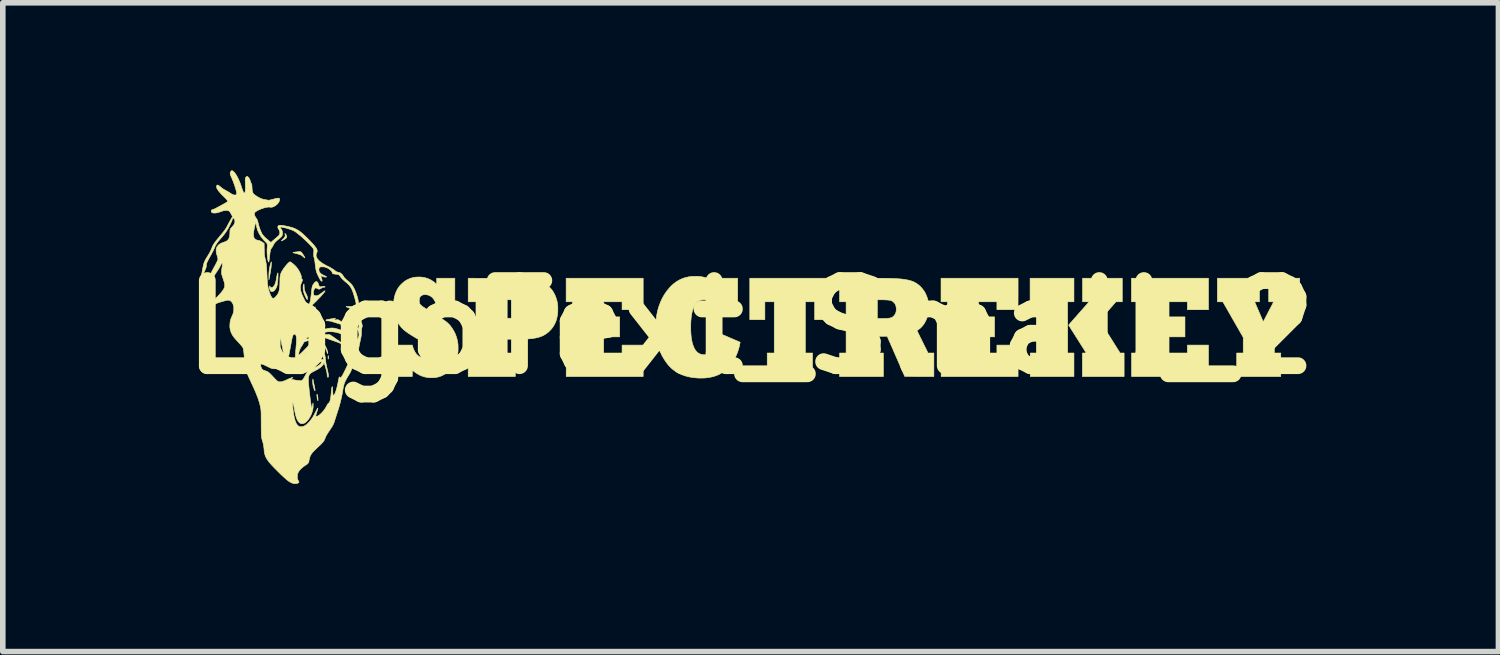
<source format=kicad_pcb>
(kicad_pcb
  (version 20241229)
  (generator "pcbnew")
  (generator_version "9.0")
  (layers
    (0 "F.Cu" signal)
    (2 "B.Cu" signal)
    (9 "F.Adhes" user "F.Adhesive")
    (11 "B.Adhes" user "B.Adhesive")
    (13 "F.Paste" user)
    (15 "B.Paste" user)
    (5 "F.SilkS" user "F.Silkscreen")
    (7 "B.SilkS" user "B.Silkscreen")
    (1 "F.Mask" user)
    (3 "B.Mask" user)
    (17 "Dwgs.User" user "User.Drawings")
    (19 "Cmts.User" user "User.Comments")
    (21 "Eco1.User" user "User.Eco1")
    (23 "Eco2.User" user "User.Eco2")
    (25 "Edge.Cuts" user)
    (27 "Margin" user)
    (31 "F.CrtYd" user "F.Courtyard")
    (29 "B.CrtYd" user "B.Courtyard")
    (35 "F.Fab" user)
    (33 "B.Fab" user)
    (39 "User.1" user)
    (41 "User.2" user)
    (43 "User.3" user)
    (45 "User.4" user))
  (footprint "LogoText_Small_2"
    (layer "F.Cu")
    (at 10.385 2.806)
    (property "Reference" "LogoText_Small_2" (at 0 0 0) (layer "F.SilkS") (effects (font (size 1.524 1.524) (thickness 0.3))))
    (attr through_hole)
    (fp_poly (pts (xy 5.787 -0.454) (xy 5.673 -0.454) (xy 5.673 0.462) (xy 5.787 0.462) (xy 5.787 0.883) (xy 5.005 0.883) (xy 5.005 0.462) (xy 5.114 0.462) (xy 5.114 -0.454) (xy 5.002 -0.454) (xy 5.002 -0.876) (xy 5.787 -0.876) (xy 5.787 -0.454)) (stroke (width 0.01) (type solid)) (fill yes) (layer "F.SilkS"))
    (fp_poly (pts (xy 1.416 -0.134) (xy 1.146 -0.134) (xy 1.146 -0.454) (xy 0.98 -0.454) (xy 0.98 0.462) (xy 1.044 0.462) (xy 1.108 0.462) (xy 1.108 0.673) (xy 1.109 0.883) (xy 0.297 0.883) (xy 0.297 0.462) (xy 0.423 0.462) (xy 0.423 -0.454) (xy 0.255 -0.454) (xy 0.255 -0.134) (xy -0.015 -0.134) (xy -0.015 -0.876) (xy 1.416 -0.876) (xy 1.416 -0.134)) (stroke (width 0.01) (type solid)) (fill yes) (layer "F.SilkS"))
    (fp_poly (pts (xy 4.787 -0.594) (xy 4.786 -0.313) (xy 4.408 -0.313) (xy 4.408 -0.454) (xy 4.08 -0.454) (xy 4.08 -0.184) (xy 4.366 -0.184) (xy 4.366 0.173) (xy 4.08 0.173) (xy 4.08 0.462) (xy 4.408 0.462) (xy 4.408 0.321) (xy 4.787 0.321) (xy 4.787 0.883) (xy 3.41 0.883) (xy 3.41 0.462) (xy 3.522 0.462) (xy 3.522 -0.454) (xy 3.408 -0.454) (xy 3.408 -0.876) (xy 4.787 -0.876) (xy 4.787 -0.594)) (stroke (width 0.01) (type solid)) (fill yes) (layer "F.SilkS"))
    (fp_poly (pts (xy -1.923 -0.312) (xy -2.301 -0.312) (xy -2.301 -0.454) (xy -2.63 -0.454) (xy -2.63 -0.184) (xy -2.344 -0.184) (xy -2.344 0.173) (xy -2.63 0.173) (xy -2.63 0.462) (xy -2.301 0.462) (xy -2.301 0.321) (xy -1.923 0.321) (xy -1.923 0.883) (xy -3.301 0.883) (xy -3.3 0.673) (xy -3.3 0.462) (xy -3.244 0.462) (xy -3.188 0.462) (xy -3.188 -0.454) (xy -3.302 -0.454) (xy -3.302 -0.876) (xy -1.923 -0.876) (xy -1.923 -0.312)) (stroke (width 0.01) (type solid)) (fill yes) (layer "F.SilkS"))
    (fp_poly (pts (xy 8.195 -0.312) (xy 7.817 -0.312) (xy 7.817 -0.454) (xy 7.489 -0.454) (xy 7.489 -0.184) (xy 7.774 -0.184) (xy 7.774 0.173) (xy 7.489 0.173) (xy 7.489 0.462) (xy 7.817 0.462) (xy 7.817 0.321) (xy 8.195 0.321) (xy 8.195 0.883) (xy 6.818 0.883) (xy 6.818 0.673) (xy 6.818 0.462) (xy 6.874 0.462) (xy 6.93 0.462) (xy 6.93 -0.454) (xy 6.816 -0.454) (xy 6.816 -0.876) (xy 8.195 -0.876) (xy 8.195 -0.312)) (stroke (width 0.01) (type solid)) (fill yes) (layer "F.SilkS"))
    (fp_poly (pts (xy -7.559 0.513) (xy -7.558 0.517) (xy -7.557 0.522) (xy -7.556 0.529) (xy -7.556 0.533) (xy -7.556 0.54) (xy -7.556 0.548) (xy -7.557 0.554) (xy -7.557 0.561) (xy -7.558 0.565) (xy -7.559 0.569) (xy -7.56 0.57) (xy -7.561 0.569) (xy -7.562 0.566) (xy -7.563 0.563) (xy -7.563 0.557) (xy -7.563 0.549) (xy -7.563 0.541) (xy -7.563 0.533) (xy -7.563 0.525) (xy -7.562 0.519) (xy -7.562 0.514) (xy -7.562 0.513) (xy -7.561 0.509) (xy -7.559 0.513)) (stroke (width 0.01) (type solid)) (fill yes) (layer "F.SilkS"))
    (fp_poly (pts (xy -7.759 1.201) (xy -7.759 1.201) (xy -7.757 1.206) (xy -7.755 1.212) (xy -7.753 1.221) (xy -7.75 1.232) (xy -7.748 1.243) (xy -7.746 1.255) (xy -7.745 1.267) (xy -7.744 1.279) (xy -7.743 1.29) (xy -7.743 1.299) (xy -7.743 1.307) (xy -7.743 1.313) (xy -7.744 1.315) (xy -7.746 1.315) (xy -7.747 1.312) (xy -7.75 1.307) (xy -7.752 1.299) (xy -7.754 1.29) (xy -7.757 1.279) (xy -7.759 1.267) (xy -7.759 1.264) (xy -7.76 1.256) (xy -7.761 1.246) (xy -7.762 1.236) (xy -7.763 1.227) (xy -7.763 1.218) (xy -7.763 1.211) (xy -7.763 1.205) (xy -7.762 1.202) (xy -7.762 1.201) (xy -7.761 1.2) (xy -7.759 1.201)) (stroke (width 0.01) (type solid)) (fill yes) (layer "F.SilkS"))
    (fp_poly (pts (xy -7.834 0.928) (xy -7.834 0.93) (xy -7.833 0.932) (xy -7.832 0.936) (xy -7.831 0.942) (xy -7.829 0.95) (xy -7.827 0.96) (xy -7.826 0.966) (xy -7.824 0.976) (xy -7.822 0.989) (xy -7.819 1.003) (xy -7.816 1.017) (xy -7.813 1.031) (xy -7.811 1.038) (xy -7.807 1.057) (xy -7.804 1.072) (xy -7.802 1.085) (xy -7.8 1.097) (xy -7.798 1.106) (xy -7.797 1.114) (xy -7.796 1.121) (xy -7.796 1.126) (xy -7.796 1.127) (xy -7.796 1.134) (xy -7.796 1.138) (xy -7.798 1.139) (xy -7.8 1.138) (xy -7.802 1.134) (xy -7.806 1.127) (xy -7.806 1.126) (xy -7.815 1.104) (xy -7.823 1.079) (xy -7.83 1.053) (xy -7.835 1.026) (xy -7.838 1) (xy -7.839 0.974) (xy -7.838 0.951) (xy -7.838 0.943) (xy -7.837 0.937) (xy -7.836 0.932) (xy -7.835 0.929) (xy -7.835 0.929) (xy -7.835 0.928) (xy -7.834 0.928) (xy -7.834 0.928)) (stroke (width 0.01) (type solid)) (fill yes) (layer "F.SilkS"))
    (fp_poly (pts (xy -7.676 0.263) (xy -7.671 0.265) (xy -7.666 0.268) (xy -7.666 0.268) (xy -7.658 0.275) (xy -7.649 0.284) (xy -7.64 0.295) (xy -7.631 0.308) (xy -7.622 0.322) (xy -7.613 0.338) (xy -7.604 0.354) (xy -7.596 0.37) (xy -7.589 0.386) (xy -7.582 0.402) (xy -7.577 0.417) (xy -7.572 0.431) (xy -7.57 0.444) (xy -7.568 0.456) (xy -7.568 0.465) (xy -7.568 0.466) (xy -7.57 0.47) (xy -7.571 0.472) (xy -7.574 0.47) (xy -7.576 0.466) (xy -7.577 0.464) (xy -7.581 0.456) (xy -7.584 0.445) (xy -7.588 0.432) (xy -7.59 0.425) (xy -7.596 0.407) (xy -7.603 0.389) (xy -7.613 0.37) (xy -7.623 0.351) (xy -7.634 0.333) (xy -7.646 0.317) (xy -7.649 0.313) (xy -7.658 0.303) (xy -7.665 0.294) (xy -7.671 0.285) (xy -7.676 0.278) (xy -7.68 0.271) (xy -7.682 0.266) (xy -7.682 0.263) (xy -7.682 0.263) (xy -7.68 0.262) (xy -7.676 0.263)) (stroke (width 0.01) (type solid)) (fill yes) (layer "F.SilkS"))
    (fp_poly (pts (xy -8.58 -1.169) (xy -8.579 -1.166) (xy -8.578 -1.159) (xy -8.578 -1.15) (xy -8.578 -1.148) (xy -8.578 -1.131) (xy -8.579 -1.112) (xy -8.581 -1.09) (xy -8.583 -1.066) (xy -8.587 -1.04) (xy -8.591 -1.012) (xy -8.593 -1) (xy -8.594 -0.994) (xy -8.595 -0.986) (xy -8.597 -0.977) (xy -8.599 -0.965) (xy -8.601 -0.953) (xy -8.604 -0.94) (xy -8.606 -0.927) (xy -8.609 -0.914) (xy -8.611 -0.901) (xy -8.613 -0.888) (xy -8.616 -0.877) (xy -8.618 -0.867) (xy -8.619 -0.858) (xy -8.621 -0.852) (xy -8.621 -0.848) (xy -8.622 -0.846) (xy -8.622 -0.848) (xy -8.622 -0.851) (xy -8.622 -0.857) (xy -8.622 -0.865) (xy -8.622 -0.875) (xy -8.622 -0.887) (xy -8.622 -0.899) (xy -8.622 -0.934) (xy -8.621 -0.968) (xy -8.618 -1) (xy -8.614 -1.031) (xy -8.609 -1.062) (xy -8.603 -1.093) (xy -8.595 -1.125) (xy -8.586 -1.156) (xy -8.584 -1.163) (xy -8.582 -1.168) (xy -8.581 -1.17) (xy -8.58 -1.169)) (stroke (width 0.01) (type solid)) (fill yes) (layer "F.SilkS"))
    (fp_poly (pts (xy -8.333 -1.677) (xy -8.33 -1.674) (xy -8.329 -1.673) (xy -8.323 -1.666) (xy -8.317 -1.658) (xy -8.312 -1.649) (xy -8.307 -1.642) (xy -8.305 -1.636) (xy -8.303 -1.626) (xy -8.303 -1.618) (xy -8.305 -1.61) (xy -8.309 -1.601) (xy -8.315 -1.593) (xy -8.324 -1.585) (xy -8.335 -1.577) (xy -8.349 -1.568) (xy -8.365 -1.559) (xy -8.376 -1.554) (xy -8.383 -1.55) (xy -8.389 -1.547) (xy -8.393 -1.546) (xy -8.395 -1.545) (xy -8.397 -1.545) (xy -8.397 -1.546) (xy -8.398 -1.547) (xy -8.397 -1.549) (xy -8.396 -1.551) (xy -8.393 -1.555) (xy -8.388 -1.559) (xy -8.382 -1.566) (xy -8.375 -1.574) (xy -8.368 -1.581) (xy -8.357 -1.592) (xy -8.348 -1.601) (xy -8.342 -1.61) (xy -8.337 -1.617) (xy -8.333 -1.623) (xy -8.331 -1.63) (xy -8.33 -1.636) (xy -8.33 -1.644) (xy -8.331 -1.651) (xy -8.333 -1.658) (xy -8.334 -1.664) (xy -8.335 -1.67) (xy -8.336 -1.675) (xy -8.336 -1.676) (xy -8.335 -1.678) (xy -8.335 -1.679) (xy -8.333 -1.677)) (stroke (width 0.01) (type solid)) (fill yes) (layer "F.SilkS"))
    (fp_poly (pts (xy -7.994 -0.772) (xy -7.994 -0.769) (xy -7.993 -0.763) (xy -7.992 -0.755) (xy -7.992 -0.744) (xy -7.991 -0.731) (xy -7.991 -0.722) (xy -7.99 -0.706) (xy -7.989 -0.691) (xy -7.987 -0.679) (xy -7.985 -0.667) (xy -7.982 -0.656) (xy -7.978 -0.645) (xy -7.974 -0.633) (xy -7.967 -0.619) (xy -7.96 -0.605) (xy -7.958 -0.6) (xy -7.949 -0.582) (xy -7.942 -0.566) (xy -7.937 -0.552) (xy -7.933 -0.54) (xy -7.931 -0.528) (xy -7.93 -0.518) (xy -7.931 -0.509) (xy -7.932 -0.501) (xy -7.934 -0.497) (xy -7.935 -0.495) (xy -7.938 -0.495) (xy -7.94 -0.498) (xy -7.942 -0.499) (xy -7.944 -0.502) (xy -7.947 -0.508) (xy -7.951 -0.515) (xy -7.956 -0.524) (xy -7.961 -0.534) (xy -7.966 -0.544) (xy -7.971 -0.555) (xy -7.976 -0.565) (xy -7.98 -0.575) (xy -7.984 -0.583) (xy -7.985 -0.586) (xy -7.994 -0.611) (xy -8.001 -0.633) (xy -8.006 -0.655) (xy -8.009 -0.676) (xy -8.01 -0.697) (xy -8.01 -0.703) (xy -8.01 -0.716) (xy -8.01 -0.726) (xy -8.008 -0.736) (xy -8.006 -0.745) (xy -8.003 -0.755) (xy -8.001 -0.761) (xy -7.999 -0.767) (xy -7.998 -0.771) (xy -7.996 -0.773) (xy -7.995 -0.774) (xy -7.994 -0.772)) (stroke (width 0.01) (type solid)) (fill yes) (layer "F.SilkS"))
    (fp_poly (pts (xy -8.062 -1.351) (xy -8.061 -1.351) (xy -8.056 -1.351) (xy -8.052 -1.349) (xy -8.048 -1.347) (xy -8.044 -1.344) (xy -8.043 -1.343) (xy -8.036 -1.335) (xy -8.029 -1.326) (xy -8.02 -1.315) (xy -8.012 -1.303) (xy -8.004 -1.291) (xy -7.996 -1.279) (xy -7.989 -1.267) (xy -7.985 -1.259) (xy -7.981 -1.251) (xy -7.979 -1.245) (xy -7.979 -1.241) (xy -7.98 -1.24) (xy -7.983 -1.241) (xy -7.988 -1.244) (xy -7.989 -1.245) (xy -7.992 -1.247) (xy -7.998 -1.252) (xy -8.003 -1.257) (xy -8.01 -1.262) (xy -8.01 -1.263) (xy -8.018 -1.27) (xy -8.026 -1.276) (xy -8.034 -1.282) (xy -8.042 -1.287) (xy -8.051 -1.291) (xy -8.06 -1.296) (xy -8.071 -1.3) (xy -8.083 -1.304) (xy -8.097 -1.308) (xy -8.114 -1.313) (xy -8.132 -1.318) (xy -8.153 -1.323) (xy -8.163 -1.325) (xy -8.172 -1.328) (xy -8.18 -1.33) (xy -8.186 -1.332) (xy -8.189 -1.333) (xy -8.19 -1.334) (xy -8.192 -1.335) (xy -8.191 -1.336) (xy -8.189 -1.337) (xy -8.183 -1.339) (xy -8.175 -1.341) (xy -8.165 -1.342) (xy -8.153 -1.344) (xy -8.141 -1.346) (xy -8.127 -1.347) (xy -8.114 -1.349) (xy -8.101 -1.35) (xy -8.089 -1.351) (xy -8.078 -1.351) (xy -8.068 -1.351) (xy -8.062 -1.351)) (stroke (width 0.01) (type solid)) (fill yes) (layer "F.SilkS"))
    (fp_poly (pts (xy -8.296 0.686) (xy -8.289 0.687) (xy -8.28 0.689) (xy -8.269 0.692) (xy -8.257 0.696) (xy -8.244 0.7) (xy -8.231 0.704) (xy -8.217 0.71) (xy -8.203 0.715) (xy -8.189 0.721) (xy -8.185 0.722) (xy -8.178 0.726) (xy -8.169 0.73) (xy -8.158 0.736) (xy -8.147 0.741) (xy -8.136 0.747) (xy -8.125 0.753) (xy -8.114 0.759) (xy -8.105 0.764) (xy -8.097 0.769) (xy -8.091 0.773) (xy -8.087 0.775) (xy -8.082 0.779) (xy -8.08 0.783) (xy -8.079 0.787) (xy -8.081 0.793) (xy -8.083 0.797) (xy -8.088 0.806) (xy -8.091 0.811) (xy -8.095 0.814) (xy -8.099 0.814) (xy -8.103 0.812) (xy -8.109 0.807) (xy -8.114 0.802) (xy -8.12 0.797) (xy -8.125 0.792) (xy -8.13 0.789) (xy -8.137 0.785) (xy -8.142 0.782) (xy -8.155 0.776) (xy -8.168 0.772) (xy -8.177 0.769) (xy -8.19 0.766) (xy -8.2 0.764) (xy -8.208 0.762) (xy -8.214 0.76) (xy -8.22 0.758) (xy -8.225 0.756) (xy -8.23 0.753) (xy -8.231 0.753) (xy -8.237 0.75) (xy -8.241 0.747) (xy -8.244 0.744) (xy -8.247 0.74) (xy -8.25 0.737) (xy -8.255 0.73) (xy -8.26 0.724) (xy -8.267 0.717) (xy -8.276 0.711) (xy -8.287 0.704) (xy -8.287 0.703) (xy -8.295 0.698) (xy -8.3 0.694) (xy -8.304 0.692) (xy -8.305 0.69) (xy -8.305 0.688) (xy -8.305 0.687) (xy -8.302 0.686) (xy -8.296 0.686)) (stroke (width 0.01) (type solid)) (fill yes) (layer "F.SilkS"))
    (fp_poly (pts (xy -8.461 -0.971) (xy -8.46 -0.969) (xy -8.459 -0.966) (xy -8.459 -0.962) (xy -8.459 -0.955) (xy -8.458 -0.947) (xy -8.458 -0.936) (xy -8.459 -0.922) (xy -8.459 -0.918) (xy -8.459 -0.894) (xy -8.461 -0.869) (xy -8.462 -0.845) (xy -8.464 -0.822) (xy -8.467 -0.8) (xy -8.469 -0.779) (xy -8.472 -0.761) (xy -8.473 -0.757) (xy -8.478 -0.738) (xy -8.485 -0.719) (xy -8.492 -0.702) (xy -8.502 -0.685) (xy -8.512 -0.671) (xy -8.523 -0.659) (xy -8.534 -0.649) (xy -8.546 -0.641) (xy -8.553 -0.639) (xy -8.561 -0.637) (xy -8.568 -0.637) (xy -8.575 -0.637) (xy -8.579 -0.638) (xy -8.588 -0.644) (xy -8.595 -0.652) (xy -8.601 -0.662) (xy -8.606 -0.674) (xy -8.609 -0.688) (xy -8.61 -0.7) (xy -8.611 -0.707) (xy -8.611 -0.716) (xy -8.611 -0.724) (xy -8.61 -0.732) (xy -8.609 -0.738) (xy -8.608 -0.738) (xy -8.608 -0.738) (xy -8.607 -0.737) (xy -8.605 -0.733) (xy -8.604 -0.731) (xy -8.6 -0.723) (xy -8.593 -0.716) (xy -8.587 -0.712) (xy -8.581 -0.71) (xy -8.573 -0.71) (xy -8.565 -0.711) (xy -8.558 -0.714) (xy -8.557 -0.714) (xy -8.547 -0.721) (xy -8.537 -0.731) (xy -8.528 -0.743) (xy -8.519 -0.758) (xy -8.511 -0.776) (xy -8.504 -0.796) (xy -8.498 -0.817) (xy -8.495 -0.829) (xy -8.493 -0.84) (xy -8.49 -0.851) (xy -8.488 -0.864) (xy -8.486 -0.878) (xy -8.483 -0.894) (xy -8.483 -0.895) (xy -8.481 -0.908) (xy -8.478 -0.92) (xy -8.476 -0.932) (xy -8.473 -0.943) (xy -8.471 -0.953) (xy -8.468 -0.96) (xy -8.466 -0.966) (xy -8.464 -0.97) (xy -8.462 -0.971) (xy -8.461 -0.971)) (stroke (width 0.01) (type solid)) (fill yes) (layer "F.SilkS"))
    (fp_poly (pts (xy 9.828 -0.454) (xy 9.738 -0.454) (xy 9.556 -0.135) (xy 9.374 0.184) (xy 9.374 0.462) (xy 9.489 0.462) (xy 9.489 0.883) (xy 8.7 0.883) (xy 8.7 0.462) (xy 8.817 0.462) (xy 8.817 0.183) (xy 8.635 -0.135) (xy 8.453 -0.453) (xy 8.403 -0.454) (xy 8.354 -0.454) (xy 8.354 -0.876) (xy 9.108 -0.876) (xy 9.108 -0.454) (xy 9.066 -0.454) (xy 9.055 -0.454) (xy 9.045 -0.454) (xy 9.036 -0.454) (xy 9.03 -0.454) (xy 9.025 -0.453) (xy 9.023 -0.453) (xy 9.023 -0.453) (xy 9.024 -0.452) (xy 9.025 -0.447) (xy 9.028 -0.441) (xy 9.031 -0.432) (xy 9.036 -0.422) (xy 9.041 -0.41) (xy 9.047 -0.396) (xy 9.053 -0.381) (xy 9.06 -0.364) (xy 9.068 -0.347) (xy 9.075 -0.329) (xy 9.083 -0.311) (xy 9.092 -0.292) (xy 9.1 -0.272) (xy 9.108 -0.253) (xy 9.116 -0.234) (xy 9.124 -0.216) (xy 9.132 -0.198) (xy 9.139 -0.181) (xy 9.146 -0.165) (xy 9.152 -0.15) (xy 9.158 -0.137) (xy 9.163 -0.125) (xy 9.167 -0.115) (xy 9.171 -0.107) (xy 9.173 -0.101) (xy 9.175 -0.098) (xy 9.175 -0.097) (xy 9.176 -0.098) (xy 9.178 -0.102) (xy 9.182 -0.108) (xy 9.186 -0.117) (xy 9.191 -0.127) (xy 9.198 -0.139) (xy 9.205 -0.153) (xy 9.213 -0.169) (xy 9.222 -0.186) (xy 9.232 -0.204) (xy 9.242 -0.224) (xy 9.252 -0.244) (xy 9.263 -0.265) (xy 9.268 -0.275) (xy 9.361 -0.453) (xy 9.273 -0.455) (xy 9.272 -0.876) (xy 9.545 -0.876) (xy 9.573 -0.876) (xy 9.601 -0.876) (xy 9.628 -0.876) (xy 9.653 -0.876) (xy 9.678 -0.876) (xy 9.701 -0.876) (xy 9.722 -0.876) (xy 9.742 -0.876) (xy 9.76 -0.876) (xy 9.776 -0.876) (xy 9.79 -0.876) (xy 9.802 -0.876) (xy 9.811 -0.876) (xy 9.818 -0.876) (xy 9.822 -0.876) (xy 9.823 -0.877) (xy 9.828 -0.877) (xy 9.828 -0.454)) (stroke (width 0.01) (type solid)) (fill yes) (layer "F.SilkS"))
    (fp_poly (pts (xy 6.652 -0.454) (xy 6.595 -0.454) (xy 6.539 -0.454) (xy 6.393 -0.288) (xy 6.376 -0.269) (xy 6.359 -0.25) (xy 6.344 -0.232) (xy 6.329 -0.216) (xy 6.315 -0.2) (xy 6.302 -0.185) (xy 6.29 -0.171) (xy 6.279 -0.159) (xy 6.27 -0.148) (xy 6.262 -0.139) (xy 6.255 -0.131) (xy 6.251 -0.126) (xy 6.248 -0.122) (xy 6.246 -0.12) (xy 6.246 -0.12) (xy 6.247 -0.119) (xy 6.249 -0.115) (xy 6.253 -0.109) (xy 6.258 -0.101) (xy 6.265 -0.09) (xy 6.273 -0.078) (xy 6.282 -0.064) (xy 6.292 -0.048) (xy 6.303 -0.03) (xy 6.315 -0.011) (xy 6.327 0.009) (xy 6.341 0.031) (xy 6.356 0.054) (xy 6.371 0.078) (xy 6.387 0.103) (xy 6.403 0.129) (xy 6.42 0.155) (xy 6.43 0.171) (xy 6.613 0.462) (xy 6.685 0.462) (xy 6.685 0.883) (xy 5.938 0.883) (xy 5.938 0.462) (xy 5.972 0.462) (xy 5.982 0.462) (xy 5.99 0.462) (xy 5.998 0.461) (xy 6.003 0.461) (xy 6.006 0.461) (xy 6.006 0.461) (xy 6.006 0.46) (xy 6.003 0.456) (xy 6 0.45) (xy 5.994 0.442) (xy 5.988 0.432) (xy 5.98 0.42) (xy 5.972 0.406) (xy 5.962 0.39) (xy 5.951 0.373) (xy 5.939 0.354) (xy 5.927 0.334) (xy 5.913 0.313) (xy 5.899 0.291) (xy 5.885 0.268) (xy 5.87 0.244) (xy 5.854 0.219) (xy 5.85 0.213) (xy 5.834 0.188) (xy 5.819 0.164) (xy 5.804 0.14) (xy 5.79 0.118) (xy 5.776 0.096) (xy 5.763 0.076) (xy 5.751 0.057) (xy 5.74 0.039) (xy 5.73 0.023) (xy 5.721 0.009) (xy 5.713 -0.004) (xy 5.706 -0.015) (xy 5.7 -0.024) (xy 5.696 -0.03) (xy 5.693 -0.035) (xy 5.692 -0.037) (xy 5.692 -0.037) (xy 5.693 -0.038) (xy 5.696 -0.042) (xy 5.7 -0.047) (xy 5.707 -0.055) (xy 5.715 -0.065) (xy 5.725 -0.077) (xy 5.737 -0.09) (xy 5.751 -0.106) (xy 5.766 -0.123) (xy 5.783 -0.142) (xy 5.801 -0.163) (xy 5.821 -0.185) (xy 5.842 -0.209) (xy 5.864 -0.235) (xy 5.874 -0.246) (xy 6.057 -0.453) (xy 5.999 -0.454) (xy 5.941 -0.454) (xy 5.941 -0.876) (xy 6.652 -0.876) (xy 6.652 -0.454)) (stroke (width 0.01) (type solid)) (fill yes) (layer "F.SilkS"))
    (fp_poly (pts (xy -4.563 -0.875) (xy -4.517 -0.875) (xy -4.474 -0.875) (xy -4.433 -0.875) (xy -4.395 -0.875) (xy -4.36 -0.875) (xy -4.327 -0.875) (xy -4.296 -0.875) (xy -4.268 -0.875) (xy -4.242 -0.875) (xy -4.218 -0.875) (xy -4.195 -0.875) (xy -4.175 -0.874) (xy -4.156 -0.874) (xy -4.139 -0.874) (xy -4.124 -0.874) (xy -4.109 -0.874) (xy -4.096 -0.874) (xy -4.085 -0.874) (xy -4.074 -0.873) (xy -4.064 -0.873) (xy -4.055 -0.873) (xy -4.047 -0.873) (xy -4.04 -0.872) (xy -4.033 -0.872) (xy -4.027 -0.871) (xy -4.02 -0.871) (xy -4.015 -0.871) (xy -4.009 -0.87) (xy -4.003 -0.869) (xy -3.997 -0.869) (xy -3.991 -0.868) (xy -3.985 -0.868) (xy -3.978 -0.867) (xy -3.974 -0.867) (xy -3.931 -0.861) (xy -3.89 -0.855) (xy -3.852 -0.847) (xy -3.816 -0.838) (xy -3.784 -0.829) (xy -3.761 -0.82) (xy -3.732 -0.808) (xy -3.704 -0.793) (xy -3.676 -0.776) (xy -3.648 -0.757) (xy -3.623 -0.736) (xy -3.598 -0.714) (xy -3.576 -0.691) (xy -3.563 -0.675) (xy -3.542 -0.647) (xy -3.524 -0.617) (xy -3.507 -0.585) (xy -3.492 -0.551) (xy -3.479 -0.515) (xy -3.468 -0.479) (xy -3.46 -0.441) (xy -3.454 -0.402) (xy -3.453 -0.392) (xy -3.452 -0.383) (xy -3.451 -0.372) (xy -3.451 -0.359) (xy -3.451 -0.345) (xy -3.451 -0.329) (xy -3.451 -0.313) (xy -3.451 -0.298) (xy -3.451 -0.283) (xy -3.452 -0.27) (xy -3.452 -0.258) (xy -3.453 -0.248) (xy -3.453 -0.247) (xy -3.459 -0.209) (xy -3.466 -0.174) (xy -3.474 -0.14) (xy -3.484 -0.108) (xy -3.497 -0.078) (xy -3.511 -0.049) (xy -3.527 -0.021) (xy -3.546 0.007) (xy -3.548 0.01) (xy -3.571 0.039) (xy -3.596 0.065) (xy -3.622 0.09) (xy -3.651 0.112) (xy -3.681 0.132) (xy -3.712 0.15) (xy -3.745 0.164) (xy -3.769 0.173) (xy -3.794 0.181) (xy -3.821 0.187) (xy -3.85 0.194) (xy -3.881 0.199) (xy -3.913 0.204) (xy -3.947 0.207) (xy -3.957 0.208) (xy -3.967 0.209) (xy -3.977 0.21) (xy -3.985 0.211) (xy -3.994 0.211) (xy -4.002 0.212) (xy -4.011 0.212) (xy -4.02 0.213) (xy -4.03 0.213) (xy -4.04 0.213) (xy -4.052 0.214) (xy -4.065 0.214) (xy -4.079 0.214) (xy -4.095 0.214) (xy -4.113 0.214) (xy -4.134 0.214) (xy -4.157 0.215) (xy -4.182 0.215) (xy -4.192 0.215) (xy -4.357 0.215) (xy -4.357 0.462) (xy -4.212 0.462) (xy -4.212 0.883) (xy -5.055 0.883) (xy -5.055 0.462) (xy -4.916 0.462) (xy -4.916 -0.454) (xy -5.055 -0.454) (xy -5.055 -0.49) (xy -4.357 -0.49) (xy -4.357 -0.16) (xy -4.277 -0.16) (xy -4.258 -0.161) (xy -4.241 -0.161) (xy -4.226 -0.161) (xy -4.214 -0.161) (xy -4.204 -0.162) (xy -4.196 -0.162) (xy -4.188 -0.163) (xy -4.183 -0.163) (xy -4.179 -0.163) (xy -4.16 -0.166) (xy -4.142 -0.17) (xy -4.127 -0.174) (xy -4.112 -0.178) (xy -4.099 -0.184) (xy -4.094 -0.186) (xy -4.08 -0.194) (xy -4.068 -0.205) (xy -4.057 -0.217) (xy -4.049 -0.231) (xy -4.042 -0.248) (xy -4.037 -0.267) (xy -4.034 -0.288) (xy -4.033 -0.312) (xy -4.032 -0.319) (xy -4.033 -0.337) (xy -4.034 -0.354) (xy -4.037 -0.369) (xy -4.04 -0.383) (xy -4.045 -0.398) (xy -4.046 -0.4) (xy -4.053 -0.415) (xy -4.062 -0.43) (xy -4.073 -0.443) (xy -4.084 -0.455) (xy -4.097 -0.465) (xy -4.104 -0.469) (xy -4.112 -0.473) (xy -4.121 -0.476) (xy -4.132 -0.479) (xy -4.143 -0.482) (xy -4.156 -0.484) (xy -4.171 -0.486) (xy -4.187 -0.487) (xy -4.206 -0.488) (xy -4.226 -0.489) (xy -4.249 -0.49) (xy -4.275 -0.49) (xy -4.296 -0.49) (xy -4.357 -0.49) (xy -5.055 -0.49) (xy -5.055 -0.876) (xy -4.563 -0.875)) (stroke (width 0.01) (type solid)) (fill yes) (layer "F.SilkS"))
    (fp_poly (pts (xy 2.017 -0.876) (xy 2.061 -0.876) (xy 2.103 -0.876) (xy 2.142 -0.876) (xy 2.179 -0.875) (xy 2.213 -0.875) (xy 2.245 -0.875) (xy 2.274 -0.875) (xy 2.301 -0.875) (xy 2.326 -0.875) (xy 2.35 -0.875) (xy 2.371 -0.875) (xy 2.391 -0.875) (xy 2.41 -0.875) (xy 2.427 -0.875) (xy 2.443 -0.874) (xy 2.457 -0.874) (xy 2.471 -0.874) (xy 2.484 -0.874) (xy 2.495 -0.874) (xy 2.507 -0.873) (xy 2.517 -0.873) (xy 2.528 -0.873) (xy 2.538 -0.872) (xy 2.548 -0.872) (xy 2.557 -0.871) (xy 2.567 -0.871) (xy 2.577 -0.87) (xy 2.58 -0.87) (xy 2.622 -0.868) (xy 2.661 -0.865) (xy 2.697 -0.862) (xy 2.731 -0.858) (xy 2.763 -0.853) (xy 2.792 -0.848) (xy 2.819 -0.843) (xy 2.845 -0.836) (xy 2.869 -0.83) (xy 2.891 -0.822) (xy 2.911 -0.814) (xy 2.925 -0.808) (xy 2.956 -0.791) (xy 2.985 -0.772) (xy 3.013 -0.751) (xy 3.039 -0.728) (xy 3.063 -0.702) (xy 3.085 -0.674) (xy 3.106 -0.645) (xy 3.124 -0.614) (xy 3.14 -0.581) (xy 3.154 -0.547) (xy 3.166 -0.512) (xy 3.175 -0.475) (xy 3.179 -0.454) (xy 3.181 -0.44) (xy 3.183 -0.428) (xy 3.184 -0.417) (xy 3.185 -0.406) (xy 3.186 -0.394) (xy 3.186 -0.381) (xy 3.186 -0.366) (xy 3.186 -0.35) (xy 3.186 -0.334) (xy 3.186 -0.32) (xy 3.186 -0.308) (xy 3.185 -0.298) (xy 3.184 -0.287) (xy 3.183 -0.277) (xy 3.181 -0.266) (xy 3.179 -0.254) (xy 3.179 -0.253) (xy 3.173 -0.219) (xy 3.164 -0.186) (xy 3.152 -0.154) (xy 3.139 -0.123) (xy 3.124 -0.093) (xy 3.107 -0.065) (xy 3.089 -0.039) (xy 3.069 -0.014) (xy 3.048 0.008) (xy 3.025 0.028) (xy 3.001 0.045) (xy 2.99 0.052) (xy 2.977 0.06) (xy 3.037 0.182) (xy 3.047 0.202) (xy 3.058 0.223) (xy 3.068 0.245) (xy 3.079 0.267) (xy 3.09 0.289) (xy 3.1 0.31) (xy 3.11 0.329) (xy 3.119 0.348) (xy 3.128 0.365) (xy 3.135 0.379) (xy 3.137 0.383) (xy 3.175 0.462) (xy 3.28 0.462) (xy 3.28 0.883) (xy 3.019 0.883) (xy 2.759 0.882) (xy 2.605 0.53) (xy 2.591 0.499) (xy 2.578 0.468) (xy 2.565 0.439) (xy 2.553 0.41) (xy 2.541 0.383) (xy 2.529 0.356) (xy 2.518 0.331) (xy 2.508 0.308) (xy 2.498 0.285) (xy 2.489 0.265) (xy 2.48 0.246) (xy 2.473 0.229) (xy 2.466 0.214) (xy 2.461 0.2) (xy 2.456 0.19) (xy 2.452 0.181) (xy 2.449 0.175) (xy 2.448 0.172) (xy 2.447 0.171) (xy 2.444 0.164) (xy 2.268 0.164) (xy 2.268 0.462) (xy 2.376 0.462) (xy 2.377 0.673) (xy 2.377 0.883) (xy 1.591 0.883) (xy 1.592 0.673) (xy 1.592 0.462) (xy 1.651 0.462) (xy 1.709 0.462) (xy 1.709 -0.155) (xy 2.268 -0.155) (xy 2.351 -0.156) (xy 2.368 -0.156) (xy 2.383 -0.156) (xy 2.398 -0.157) (xy 2.412 -0.157) (xy 2.425 -0.157) (xy 2.436 -0.157) (xy 2.444 -0.158) (xy 2.451 -0.158) (xy 2.453 -0.158) (xy 2.469 -0.16) (xy 2.484 -0.162) (xy 2.496 -0.164) (xy 2.506 -0.167) (xy 2.516 -0.17) (xy 2.525 -0.173) (xy 2.53 -0.176) (xy 2.544 -0.184) (xy 2.558 -0.196) (xy 2.57 -0.209) (xy 2.581 -0.224) (xy 2.591 -0.24) (xy 2.598 -0.257) (xy 2.598 -0.258) (xy 2.603 -0.276) (xy 2.606 -0.295) (xy 2.607 -0.315) (xy 2.607 -0.336) (xy 2.605 -0.356) (xy 2.601 -0.375) (xy 2.596 -0.392) (xy 2.592 -0.403) (xy 2.583 -0.419) (xy 2.571 -0.435) (xy 2.559 -0.448) (xy 2.544 -0.46) (xy 2.528 -0.47) (xy 2.511 -0.477) (xy 2.497 -0.48) (xy 2.486 -0.482) (xy 2.472 -0.484) (xy 2.455 -0.486) (xy 2.437 -0.487) (xy 2.416 -0.488) (xy 2.393 -0.489) (xy 2.369 -0.49) (xy 2.343 -0.49) (xy 2.318 -0.49) (xy 2.268 -0.49) (xy 2.268 -0.155) (xy 1.709 -0.155) (xy 1.709 -0.454) (xy 1.592 -0.455) (xy 1.591 -0.876) (xy 2.017 -0.876)) (stroke (width 0.01) (type solid)) (fill yes) (layer "F.SilkS"))
    (fp_poly (pts (xy -0.975 -0.91) (xy -0.961 -0.91) (xy -0.948 -0.91) (xy -0.936 -0.909) (xy -0.928 -0.909) (xy -0.887 -0.904) (xy -0.848 -0.897) (xy -0.811 -0.888) (xy -0.776 -0.878) (xy -0.742 -0.865) (xy -0.716 -0.853) (xy -0.699 -0.845) (xy -0.683 -0.836) (xy -0.669 -0.828) (xy -0.654 -0.818) (xy -0.64 -0.808) (xy -0.625 -0.797) (xy -0.609 -0.785) (xy -0.592 -0.77) (xy -0.584 -0.764) (xy -0.578 -0.759) (xy -0.578 -0.876) (xy -0.232 -0.876) (xy -0.232 -0.233) (xy -0.412 -0.233) (xy -0.592 -0.234) (xy -0.596 -0.25) (xy -0.606 -0.282) (xy -0.616 -0.311) (xy -0.629 -0.339) (xy -0.643 -0.364) (xy -0.658 -0.388) (xy -0.674 -0.409) (xy -0.692 -0.428) (xy -0.71 -0.445) (xy -0.73 -0.459) (xy -0.751 -0.471) (xy -0.772 -0.48) (xy -0.794 -0.486) (xy -0.817 -0.49) (xy -0.841 -0.491) (xy -0.856 -0.49) (xy -0.878 -0.487) (xy -0.9 -0.481) (xy -0.92 -0.473) (xy -0.939 -0.462) (xy -0.956 -0.448) (xy -0.972 -0.433) (xy -0.987 -0.414) (xy -1.001 -0.393) (xy -1.013 -0.37) (xy -1.024 -0.343) (xy -1.035 -0.314) (xy -1.044 -0.283) (xy -1.052 -0.248) (xy -1.055 -0.229) (xy -1.06 -0.199) (xy -1.064 -0.167) (xy -1.067 -0.133) (xy -1.07 -0.098) (xy -1.071 -0.061) (xy -1.072 -0.024) (xy -1.072 0.014) (xy -1.072 0.051) (xy -1.07 0.088) (xy -1.068 0.124) (xy -1.065 0.158) (xy -1.061 0.191) (xy -1.057 0.221) (xy -1.055 0.227) (xy -1.05 0.255) (xy -1.044 0.28) (xy -1.038 0.304) (xy -1.03 0.325) (xy -1.022 0.346) (xy -1.013 0.366) (xy -1.01 0.374) (xy -1 0.392) (xy -0.99 0.408) (xy -0.979 0.422) (xy -0.967 0.436) (xy -0.964 0.439) (xy -0.947 0.455) (xy -0.928 0.468) (xy -0.907 0.478) (xy -0.886 0.486) (xy -0.866 0.491) (xy -0.856 0.492) (xy -0.844 0.493) (xy -0.831 0.493) (xy -0.818 0.493) (xy -0.806 0.492) (xy -0.795 0.491) (xy -0.793 0.491) (xy -0.77 0.485) (xy -0.749 0.477) (xy -0.728 0.466) (xy -0.708 0.452) (xy -0.689 0.436) (xy -0.672 0.417) (xy -0.655 0.395) (xy -0.64 0.371) (xy -0.628 0.349) (xy -0.616 0.322) (xy -0.605 0.293) (xy -0.595 0.262) (xy -0.586 0.229) (xy -0.577 0.193) (xy -0.57 0.155) (xy -0.567 0.14) (xy -0.565 0.131) (xy -0.564 0.123) (xy -0.563 0.116) (xy -0.562 0.112) (xy -0.561 0.11) (xy -0.561 0.11) (xy -0.56 0.11) (xy -0.556 0.112) (xy -0.549 0.114) (xy -0.541 0.118) (xy -0.53 0.122) (xy -0.517 0.128) (xy -0.502 0.134) (xy -0.486 0.141) (xy -0.468 0.148) (xy -0.449 0.156) (xy -0.429 0.165) (xy -0.408 0.174) (xy -0.386 0.183) (xy -0.374 0.189) (xy -0.188 0.269) (xy -0.188 0.273) (xy -0.189 0.278) (xy -0.19 0.285) (xy -0.192 0.293) (xy -0.194 0.304) (xy -0.196 0.315) (xy -0.199 0.326) (xy -0.201 0.337) (xy -0.203 0.347) (xy -0.205 0.355) (xy -0.219 0.404) (xy -0.235 0.452) (xy -0.254 0.498) (xy -0.274 0.542) (xy -0.297 0.584) (xy -0.322 0.624) (xy -0.349 0.662) (xy -0.356 0.672) (xy -0.38 0.701) (xy -0.404 0.727) (xy -0.428 0.751) (xy -0.452 0.773) (xy -0.465 0.784) (xy -0.498 0.807) (xy -0.532 0.828) (xy -0.567 0.847) (xy -0.605 0.863) (xy -0.644 0.877) (xy -0.684 0.888) (xy -0.727 0.897) (xy -0.771 0.904) (xy -0.817 0.909) (xy -0.865 0.911) (xy -0.915 0.911) (xy -0.941 0.91) (xy -0.992 0.906) (xy -1.042 0.9) (xy -1.09 0.892) (xy -1.136 0.882) (xy -1.18 0.869) (xy -1.223 0.854) (xy -1.263 0.837) (xy -1.302 0.817) (xy -1.338 0.795) (xy -1.373 0.771) (xy -1.406 0.745) (xy -1.437 0.716) (xy -1.44 0.713) (xy -1.463 0.689) (xy -1.487 0.661) (xy -1.509 0.631) (xy -1.531 0.6) (xy -1.552 0.567) (xy -1.572 0.533) (xy -1.591 0.499) (xy -1.603 0.472) (xy -1.622 0.429) (xy -1.638 0.386) (xy -1.652 0.342) (xy -1.665 0.296) (xy -1.675 0.25) (xy -1.683 0.201) (xy -1.69 0.151) (xy -1.695 0.099) (xy -1.696 0.087) (xy -1.697 0.077) (xy -1.697 0.065) (xy -1.697 0.05) (xy -1.698 0.034) (xy -1.698 0.018) (xy -1.698 0.000185) (xy -1.698 -0.017) (xy -1.698 -0.034) (xy -1.697 -0.049) (xy -1.697 -0.063) (xy -1.696 -0.075) (xy -1.696 -0.081) (xy -1.691 -0.139) (xy -1.684 -0.195) (xy -1.674 -0.25) (xy -1.662 -0.303) (xy -1.648 -0.354) (xy -1.631 -0.403) (xy -1.612 -0.451) (xy -1.591 -0.498) (xy -1.567 -0.544) (xy -1.541 -0.588) (xy -1.531 -0.603) (xy -1.504 -0.642) (xy -1.475 -0.678) (xy -1.446 -0.712) (xy -1.416 -0.743) (xy -1.385 -0.771) (xy -1.352 -0.797) (xy -1.319 -0.82) (xy -1.284 -0.84) (xy -1.263 -0.851) (xy -1.228 -0.867) (xy -1.193 -0.88) (xy -1.156 -0.891) (xy -1.118 -0.899) (xy -1.078 -0.906) (xy -1.053 -0.909) (xy -1.044 -0.909) (xy -1.032 -0.91) (xy -1.019 -0.91) (xy -1.005 -0.91) (xy -0.99 -0.91) (xy -0.975 -0.91)) (stroke (width 0.01) (type solid)) (fill yes) (layer "F.SilkS"))
    (fp_poly (pts (xy -5.92 -0.898) (xy -5.904 -0.897) (xy -5.891 -0.896) (xy -5.89 -0.896) (xy -5.853 -0.891) (xy -5.818 -0.883) (xy -5.784 -0.872) (xy -5.751 -0.859) (xy -5.72 -0.843) (xy -5.69 -0.824) (xy -5.678 -0.816) (xy -5.669 -0.81) (xy -5.66 -0.803) (xy -5.651 -0.795) (xy -5.643 -0.788) (xy -5.635 -0.781) (xy -5.629 -0.775) (xy -5.627 -0.773) (xy -5.624 -0.77) (xy -5.621 -0.768) (xy -5.621 -0.768) (xy -5.62 -0.769) (xy -5.62 -0.774) (xy -5.62 -0.78) (xy -5.62 -0.788) (xy -5.619 -0.798) (xy -5.619 -0.81) (xy -5.619 -0.822) (xy -5.619 -0.876) (xy -5.294 -0.876) (xy -5.294 -0.375) (xy -5.616 -0.375) (xy -5.619 -0.384) (xy -5.623 -0.399) (xy -5.629 -0.415) (xy -5.636 -0.432) (xy -5.643 -0.449) (xy -5.651 -0.465) (xy -5.659 -0.479) (xy -5.662 -0.485) (xy -5.677 -0.507) (xy -5.693 -0.526) (xy -5.711 -0.542) (xy -5.729 -0.555) (xy -5.749 -0.566) (xy -5.77 -0.574) (xy -5.793 -0.579) (xy -5.807 -0.581) (xy -5.827 -0.582) (xy -5.846 -0.581) (xy -5.863 -0.578) (xy -5.878 -0.572) (xy -5.892 -0.565) (xy -5.903 -0.556) (xy -5.913 -0.545) (xy -5.919 -0.535) (xy -5.923 -0.524) (xy -5.927 -0.513) (xy -5.929 -0.502) (xy -5.93 -0.489) (xy -5.931 -0.474) (xy -5.931 -0.473) (xy -5.93 -0.459) (xy -5.929 -0.448) (xy -5.928 -0.438) (xy -5.925 -0.43) (xy -5.922 -0.421) (xy -5.92 -0.417) (xy -5.917 -0.412) (xy -5.914 -0.407) (xy -5.909 -0.402) (xy -5.904 -0.397) (xy -5.898 -0.391) (xy -5.891 -0.385) (xy -5.882 -0.378) (xy -5.872 -0.371) (xy -5.861 -0.362) (xy -5.848 -0.354) (xy -5.833 -0.344) (xy -5.816 -0.333) (xy -5.797 -0.321) (xy -5.776 -0.308) (xy -5.753 -0.294) (xy -5.727 -0.278) (xy -5.714 -0.27) (xy -5.676 -0.247) (xy -5.64 -0.225) (xy -5.606 -0.204) (xy -5.575 -0.184) (xy -5.546 -0.165) (xy -5.519 -0.147) (xy -5.495 -0.13) (xy -5.473 -0.115) (xy -5.453 -0.101) (xy -5.437 -0.088) (xy -5.423 -0.076) (xy -5.413 -0.067) (xy -5.398 -0.052) (xy -5.383 -0.035) (xy -5.367 -0.015) (xy -5.35 0.008) (xy -5.338 0.026) (xy -5.316 0.062) (xy -5.296 0.099) (xy -5.279 0.138) (xy -5.265 0.178) (xy -5.253 0.22) (xy -5.244 0.263) (xy -5.238 0.307) (xy -5.238 0.307) (xy -5.237 0.315) (xy -5.237 0.325) (xy -5.237 0.337) (xy -5.236 0.351) (xy -5.236 0.365) (xy -5.236 0.38) (xy -5.236 0.395) (xy -5.236 0.409) (xy -5.237 0.421) (xy -5.237 0.433) (xy -5.238 0.441) (xy -5.238 0.445) (xy -5.244 0.486) (xy -5.252 0.525) (xy -5.263 0.563) (xy -5.276 0.6) (xy -5.292 0.635) (xy -5.311 0.669) (xy -5.332 0.702) (xy -5.355 0.733) (xy -5.371 0.752) (xy -5.397 0.779) (xy -5.424 0.804) (xy -5.452 0.826) (xy -5.482 0.846) (xy -5.513 0.862) (xy -5.544 0.876) (xy -5.578 0.888) (xy -5.612 0.896) (xy -5.648 0.902) (xy -5.657 0.903) (xy -5.667 0.904) (xy -5.678 0.905) (xy -5.691 0.905) (xy -5.705 0.905) (xy -5.719 0.905) (xy -5.732 0.905) (xy -5.744 0.905) (xy -5.755 0.904) (xy -5.76 0.904) (xy -5.798 0.898) (xy -5.835 0.89) (xy -5.872 0.879) (xy -5.908 0.865) (xy -5.943 0.848) (xy -5.976 0.828) (xy -6.009 0.806) (xy -6.038 0.784) (xy -6.055 0.769) (xy -6.055 0.826) (xy -6.056 0.883) (xy -6.381 0.883) (xy -6.381 0.32) (xy -6.056 0.32) (xy -6.054 0.326) (xy -6.045 0.358) (xy -6.035 0.387) (xy -6.023 0.414) (xy -6.01 0.439) (xy -5.996 0.462) (xy -5.981 0.482) (xy -5.964 0.499) (xy -5.947 0.514) (xy -5.946 0.515) (xy -5.927 0.527) (xy -5.907 0.536) (xy -5.885 0.543) (xy -5.863 0.548) (xy -5.84 0.55) (xy -5.818 0.548) (xy -5.799 0.545) (xy -5.782 0.54) (xy -5.767 0.534) (xy -5.754 0.525) (xy -5.744 0.514) (xy -5.735 0.501) (xy -5.728 0.486) (xy -5.725 0.476) (xy -5.724 0.471) (xy -5.723 0.466) (xy -5.722 0.461) (xy -5.722 0.455) (xy -5.722 0.448) (xy -5.722 0.437) (xy -5.722 0.436) (xy -5.722 0.426) (xy -5.722 0.419) (xy -5.722 0.413) (xy -5.723 0.408) (xy -5.724 0.404) (xy -5.725 0.399) (xy -5.726 0.395) (xy -5.729 0.385) (xy -5.733 0.376) (xy -5.738 0.367) (xy -5.744 0.358) (xy -5.751 0.349) (xy -5.759 0.34) (xy -5.768 0.331) (xy -5.779 0.321) (xy -5.792 0.311) (xy -5.806 0.301) (xy -5.822 0.29) (xy -5.84 0.279) (xy -5.86 0.267) (xy -5.883 0.253) (xy -5.907 0.239) (xy -5.935 0.224) (xy -5.939 0.221) (xy -5.977 0.2) (xy -6.012 0.18) (xy -6.044 0.16) (xy -6.074 0.142) (xy -6.102 0.124) (xy -6.128 0.107) (xy -6.151 0.091) (xy -6.173 0.075) (xy -6.192 0.06) (xy -6.209 0.046) (xy -6.233 0.023) (xy -6.257 -0.002) (xy -6.278 -0.03) (xy -6.299 -0.059) (xy -6.318 -0.091) (xy -6.335 -0.123) (xy -6.35 -0.157) (xy -6.362 -0.191) (xy -6.373 -0.226) (xy -6.381 -0.261) (xy -6.384 -0.274) (xy -6.386 -0.286) (xy -6.387 -0.297) (xy -6.388 -0.308) (xy -6.389 -0.318) (xy -6.39 -0.328) (xy -6.391 -0.34) (xy -6.391 -0.353) (xy -6.391 -0.368) (xy -6.391 -0.383) (xy -6.391 -0.41) (xy -6.39 -0.434) (xy -6.388 -0.457) (xy -6.386 -0.479) (xy -6.383 -0.499) (xy -6.379 -0.52) (xy -6.375 -0.542) (xy -6.372 -0.551) (xy -6.362 -0.588) (xy -6.349 -0.623) (xy -6.334 -0.656) (xy -6.317 -0.687) (xy -6.298 -0.717) (xy -6.276 -0.744) (xy -6.263 -0.758) (xy -6.237 -0.784) (xy -6.21 -0.807) (xy -6.183 -0.828) (xy -6.154 -0.845) (xy -6.124 -0.86) (xy -6.094 -0.873) (xy -6.061 -0.883) (xy -6.027 -0.891) (xy -6.01 -0.894) (xy -5.998 -0.895) (xy -5.984 -0.896) (xy -5.969 -0.897) (xy -5.952 -0.898) (xy -5.936 -0.898) (xy -5.92 -0.898)) (stroke (width 0.01) (type solid)) (fill yes) (layer "F.SilkS"))
    (fp_poly (pts (xy -9.279 -2.801) (xy -9.273 -2.798) (xy -9.266 -2.794) (xy -9.259 -2.789) (xy -9.246 -2.776) (xy -9.233 -2.761) (xy -9.219 -2.743) (xy -9.205 -2.722) (xy -9.192 -2.699) (xy -9.178 -2.673) (xy -9.165 -2.645) (xy -9.152 -2.616) (xy -9.142 -2.592) (xy -9.137 -2.579) (xy -9.132 -2.566) (xy -9.127 -2.553) (xy -9.123 -2.54) (xy -9.118 -2.525) (xy -9.113 -2.508) (xy -9.107 -2.491) (xy -9.101 -2.473) (xy -9.095 -2.456) (xy -9.089 -2.441) (xy -9.083 -2.428) (xy -9.078 -2.418) (xy -9.073 -2.41) (xy -9.068 -2.405) (xy -9.064 -2.403) (xy -9.06 -2.402) (xy -9.056 -2.404) (xy -9.052 -2.409) (xy -9.049 -2.417) (xy -9.047 -2.427) (xy -9.045 -2.441) (xy -9.044 -2.45) (xy -9.043 -2.46) (xy -9.043 -2.472) (xy -9.043 -2.487) (xy -9.043 -2.504) (xy -9.043 -2.524) (xy -9.044 -2.545) (xy -9.044 -2.568) (xy -9.045 -2.592) (xy -9.045 -2.594) (xy -9.046 -2.612) (xy -9.046 -2.628) (xy -9.046 -2.642) (xy -9.045 -2.653) (xy -9.044 -2.663) (xy -9.042 -2.671) (xy -9.039 -2.677) (xy -9.035 -2.683) (xy -9.031 -2.688) (xy -9.029 -2.689) (xy -9.022 -2.695) (xy -9.016 -2.698) (xy -9.011 -2.699) (xy -9.006 -2.698) (xy -9 -2.694) (xy -8.993 -2.687) (xy -8.993 -2.687) (xy -8.98 -2.671) (xy -8.969 -2.653) (xy -8.96 -2.632) (xy -8.952 -2.61) (xy -8.952 -2.609) (xy -8.948 -2.595) (xy -8.944 -2.584) (xy -8.94 -2.576) (xy -8.936 -2.571) (xy -8.934 -2.568) (xy -8.932 -2.566) (xy -8.93 -2.561) (xy -8.929 -2.554) (xy -8.927 -2.544) (xy -8.926 -2.532) (xy -8.925 -2.518) (xy -8.924 -2.504) (xy -8.923 -2.48) (xy -8.921 -2.458) (xy -8.918 -2.44) (xy -8.915 -2.424) (xy -8.911 -2.411) (xy -8.907 -2.401) (xy -8.906 -2.4) (xy -8.9 -2.391) (xy -8.891 -2.382) (xy -8.879 -2.371) (xy -8.866 -2.361) (xy -8.851 -2.351) (xy -8.835 -2.34) (xy -8.818 -2.33) (xy -8.8 -2.32) (xy -8.782 -2.311) (xy -8.763 -2.303) (xy -8.757 -2.3) (xy -8.741 -2.295) (xy -8.726 -2.29) (xy -8.711 -2.286) (xy -8.694 -2.283) (xy -8.691 -2.283) (xy -8.675 -2.281) (xy -8.662 -2.278) (xy -8.651 -2.276) (xy -8.643 -2.274) (xy -8.64 -2.273) (xy -8.636 -2.272) (xy -8.63 -2.272) (xy -8.623 -2.273) (xy -8.613 -2.274) (xy -8.601 -2.277) (xy -8.588 -2.28) (xy -8.571 -2.284) (xy -8.552 -2.289) (xy -8.539 -2.292) (xy -8.522 -2.297) (xy -8.508 -2.301) (xy -8.495 -2.304) (xy -8.485 -2.306) (xy -8.476 -2.307) (xy -8.468 -2.308) (xy -8.461 -2.309) (xy -8.457 -2.309) (xy -8.447 -2.309) (xy -8.44 -2.307) (xy -8.434 -2.304) (xy -8.431 -2.299) (xy -8.43 -2.293) (xy -8.429 -2.287) (xy -8.431 -2.273) (xy -8.435 -2.259) (xy -8.442 -2.244) (xy -8.451 -2.229) (xy -8.461 -2.215) (xy -8.474 -2.201) (xy -8.488 -2.188) (xy -8.504 -2.176) (xy -8.521 -2.166) (xy -8.533 -2.159) (xy -8.55 -2.152) (xy -8.566 -2.148) (xy -8.581 -2.146) (xy -8.594 -2.146) (xy -8.6 -2.148) (xy -8.611 -2.15) (xy -8.625 -2.15) (xy -8.641 -2.149) (xy -8.659 -2.146) (xy -8.679 -2.142) (xy -8.7 -2.137) (xy -8.723 -2.13) (xy -8.746 -2.122) (xy -8.766 -2.115) (xy -8.786 -2.106) (xy -8.804 -2.098) (xy -8.821 -2.09) (xy -8.836 -2.081) (xy -8.849 -2.073) (xy -8.86 -2.065) (xy -8.869 -2.058) (xy -8.875 -2.051) (xy -8.879 -2.045) (xy -8.881 -2.036) (xy -8.881 -2.026) (xy -8.88 -2.015) (xy -8.877 -2.003) (xy -8.872 -1.99) (xy -8.866 -1.977) (xy -8.859 -1.965) (xy -8.851 -1.954) (xy -8.848 -1.95) (xy -8.844 -1.944) (xy -8.839 -1.936) (xy -8.834 -1.927) (xy -8.829 -1.917) (xy -8.826 -1.908) (xy -8.825 -1.906) (xy -8.823 -1.901) (xy -8.821 -1.893) (xy -8.819 -1.884) (xy -8.817 -1.875) (xy -8.816 -1.87) (xy -8.809 -1.84) (xy -8.8 -1.809) (xy -8.79 -1.777) (xy -8.779 -1.747) (xy -8.767 -1.718) (xy -8.755 -1.691) (xy -8.755 -1.691) (xy -8.749 -1.679) (xy -8.744 -1.669) (xy -8.738 -1.661) (xy -8.733 -1.653) (xy -8.726 -1.644) (xy -8.717 -1.635) (xy -8.716 -1.633) (xy -8.705 -1.621) (xy -8.692 -1.608) (xy -8.677 -1.594) (xy -8.66 -1.579) (xy -8.641 -1.563) (xy -8.627 -1.55) (xy -8.618 -1.543) (xy -8.61 -1.536) (xy -8.603 -1.53) (xy -8.597 -1.525) (xy -8.593 -1.522) (xy -8.591 -1.519) (xy -8.59 -1.519) (xy -8.589 -1.518) (xy -8.588 -1.518) (xy -8.587 -1.518) (xy -8.585 -1.519) (xy -8.582 -1.521) (xy -8.578 -1.525) (xy -8.572 -1.529) (xy -8.565 -1.535) (xy -8.557 -1.543) (xy -8.547 -1.551) (xy -8.536 -1.56) (xy -8.525 -1.571) (xy -8.512 -1.581) (xy -8.5 -1.591) (xy -8.489 -1.601) (xy -8.488 -1.602) (xy -8.479 -1.61) (xy -8.47 -1.618) (xy -8.462 -1.625) (xy -8.455 -1.631) (xy -8.449 -1.636) (xy -8.446 -1.64) (xy -8.444 -1.642) (xy -8.436 -1.655) (xy -8.43 -1.67) (xy -8.427 -1.685) (xy -8.427 -1.7) (xy -8.43 -1.716) (xy -8.435 -1.731) (xy -8.437 -1.736) (xy -8.441 -1.742) (xy -8.445 -1.748) (xy -8.447 -1.751) (xy -8.455 -1.764) (xy -8.46 -1.776) (xy -8.462 -1.788) (xy -8.462 -1.798) (xy -8.459 -1.807) (xy -8.454 -1.814) (xy -8.45 -1.818) (xy -8.444 -1.821) (xy -8.442 -1.822) (xy -8.436 -1.824) (xy -8.427 -1.824) (xy -8.416 -1.824) (xy -8.403 -1.823) (xy -8.388 -1.822) (xy -8.371 -1.819) (xy -8.353 -1.817) (xy -8.334 -1.813) (xy -8.314 -1.809) (xy -8.293 -1.805) (xy -8.272 -1.8) (xy -8.25 -1.795) (xy -8.229 -1.789) (xy -8.221 -1.787) (xy -8.194 -1.779) (xy -8.169 -1.77) (xy -8.145 -1.759) (xy -8.122 -1.747) (xy -8.099 -1.734) (xy -8.076 -1.719) (xy -8.053 -1.702) (xy -8.029 -1.682) (xy -8.004 -1.66) (xy -8 -1.657) (xy -7.988 -1.645) (xy -7.974 -1.632) (xy -7.959 -1.617) (xy -7.942 -1.601) (xy -7.926 -1.585) (xy -7.909 -1.567) (xy -7.892 -1.55) (xy -7.876 -1.534) (xy -7.861 -1.518) (xy -7.846 -1.502) (xy -7.836 -1.491) (xy -7.821 -1.474) (xy -7.807 -1.458) (xy -7.795 -1.442) (xy -7.784 -1.428) (xy -7.775 -1.415) (xy -7.769 -1.403) (xy -7.766 -1.399) (xy -7.762 -1.388) (xy -7.759 -1.379) (xy -7.758 -1.369) (xy -7.758 -1.36) (xy -7.758 -1.354) (xy -7.759 -1.349) (xy -7.761 -1.343) (xy -7.764 -1.336) (xy -7.765 -1.333) (xy -7.77 -1.323) (xy -7.773 -1.315) (xy -7.775 -1.308) (xy -7.776 -1.301) (xy -7.777 -1.293) (xy -7.777 -1.285) (xy -7.777 -1.284) (xy -7.776 -1.275) (xy -7.775 -1.267) (xy -7.773 -1.259) (xy -7.77 -1.251) (xy -7.765 -1.242) (xy -7.757 -1.228) (xy -7.746 -1.213) (xy -7.732 -1.198) (xy -7.716 -1.183) (xy -7.697 -1.167) (xy -7.676 -1.152) (xy -7.654 -1.137) (xy -7.647 -1.133) (xy -7.639 -1.129) (xy -7.632 -1.124) (xy -7.624 -1.12) (xy -7.617 -1.116) (xy -7.608 -1.111) (xy -7.599 -1.106) (xy -7.587 -1.1) (xy -7.574 -1.093) (xy -7.569 -1.091) (xy -7.543 -1.078) (xy -7.52 -1.065) (xy -7.5 -1.053) (xy -7.482 -1.042) (xy -7.466 -1.032) (xy -7.452 -1.022) (xy -7.441 -1.014) (xy -7.429 -1.003) (xy -7.417 -0.996) (xy -7.406 -0.99) (xy -7.396 -0.986) (xy -7.385 -0.983) (xy -7.383 -0.983) (xy -7.373 -0.982) (xy -7.365 -0.98) (xy -7.358 -0.977) (xy -7.352 -0.975) (xy -7.335 -0.965) (xy -7.32 -0.952) (xy -7.306 -0.937) (xy -7.293 -0.919) (xy -7.289 -0.913) (xy -7.285 -0.906) (xy -7.28 -0.899) (xy -7.276 -0.892) (xy -7.274 -0.89) (xy -7.268 -0.883) (xy -7.26 -0.874) (xy -7.25 -0.864) (xy -7.24 -0.855) (xy -7.229 -0.845) (xy -7.218 -0.835) (xy -7.208 -0.827) (xy -7.189 -0.811) (xy -7.172 -0.796) (xy -7.157 -0.781) (xy -7.143 -0.766) (xy -7.131 -0.75) (xy -7.12 -0.734) (xy -7.109 -0.716) (xy -7.099 -0.696) (xy -7.095 -0.688) (xy -7.084 -0.666) (xy -7.074 -0.641) (xy -7.064 -0.616) (xy -7.055 -0.589) (xy -7.046 -0.563) (xy -7.038 -0.537) (xy -7.032 -0.512) (xy -7.026 -0.489) (xy -7.026 -0.485) (xy -7.024 -0.474) (xy -7.022 -0.463) (xy -7.02 -0.452) (xy -7.019 -0.44) (xy -7.017 -0.427) (xy -7.016 -0.412) (xy -7.015 -0.395) (xy -7.014 -0.376) (xy -7.013 -0.355) (xy -7.013 -0.342) (xy -7.011 -0.318) (xy -7.01 -0.296) (xy -7.009 -0.276) (xy -7.007 -0.258) (xy -7.005 -0.242) (xy -7.003 -0.226) (xy -7.001 -0.211) (xy -6.997 -0.196) (xy -6.994 -0.181) (xy -6.989 -0.165) (xy -6.984 -0.148) (xy -6.978 -0.129) (xy -6.974 -0.117) (xy -6.968 -0.098) (xy -6.963 -0.082) (xy -6.959 -0.067) (xy -6.956 -0.055) (xy -6.954 -0.044) (xy -6.952 -0.035) (xy -6.951 -0.026) (xy -6.952 -0.018) (xy -6.952 -0.01) (xy -6.954 -0.003) (xy -6.956 0.005) (xy -6.957 0.01) (xy -6.96 0.019) (xy -6.962 0.027) (xy -6.963 0.035) (xy -6.965 0.044) (xy -6.965 0.054) (xy -6.966 0.065) (xy -6.966 0.078) (xy -6.966 0.093) (xy -6.966 0.105) (xy -6.966 0.117) (xy -6.967 0.13) (xy -6.968 0.144) (xy -6.97 0.158) (xy -6.973 0.174) (xy -6.976 0.192) (xy -6.98 0.212) (xy -6.985 0.235) (xy -6.986 0.238) (xy -6.99 0.256) (xy -6.994 0.274) (xy -6.998 0.292) (xy -7.002 0.31) (xy -7.005 0.327) (xy -7.008 0.343) (xy -7.01 0.356) (xy -7.011 0.358) (xy -7.013 0.374) (xy -7.017 0.391) (xy -7.022 0.411) (xy -7.028 0.433) (xy -7.034 0.457) (xy -7.042 0.482) (xy -7.05 0.509) (xy -7.059 0.537) (xy -7.069 0.566) (xy -7.079 0.595) (xy -7.09 0.625) (xy -7.101 0.655) (xy -7.113 0.685) (xy -7.124 0.715) (xy -7.133 0.735) (xy -7.141 0.756) (xy -7.149 0.774) (xy -7.156 0.79) (xy -7.163 0.805) (xy -7.17 0.818) (xy -7.178 0.832) (xy -7.186 0.845) (xy -7.194 0.86) (xy -7.195 0.86) (xy -7.209 0.883) (xy -7.221 0.903) (xy -7.232 0.923) (xy -7.242 0.94) (xy -7.251 0.957) (xy -7.258 0.974) (xy -7.265 0.99) (xy -7.271 1.006) (xy -7.277 1.023) (xy -7.282 1.041) (xy -7.286 1.06) (xy -7.291 1.081) (xy -7.295 1.104) (xy -7.299 1.129) (xy -7.303 1.153) (xy -7.311 1.199) (xy -7.321 1.247) (xy -7.332 1.297) (xy -7.341 1.331) (xy -7.344 1.347) (xy -7.348 1.361) (xy -7.352 1.374) (xy -7.355 1.387) (xy -7.358 1.399) (xy -7.362 1.412) (xy -7.366 1.425) (xy -7.37 1.438) (xy -7.374 1.453) (xy -7.379 1.469) (xy -7.385 1.487) (xy -7.392 1.507) (xy -7.399 1.529) (xy -7.4 1.534) (xy -7.408 1.557) (xy -7.415 1.577) (xy -7.42 1.596) (xy -7.426 1.612) (xy -7.43 1.627) (xy -7.434 1.64) (xy -7.438 1.651) (xy -7.442 1.662) (xy -7.445 1.673) (xy -7.448 1.683) (xy -7.45 1.691) (xy -7.456 1.707) (xy -7.462 1.723) (xy -7.47 1.74) (xy -7.479 1.758) (xy -7.49 1.777) (xy -7.502 1.797) (xy -7.517 1.819) (xy -7.533 1.843) (xy -7.537 1.848) (xy -7.545 1.861) (xy -7.554 1.874) (xy -7.563 1.888) (xy -7.572 1.902) (xy -7.58 1.915) (xy -7.587 1.927) (xy -7.593 1.937) (xy -7.594 1.939) (xy -7.598 1.946) (xy -7.602 1.955) (xy -7.606 1.964) (xy -7.61 1.973) (xy -7.61 1.975) (xy -7.616 1.989) (xy -7.621 2.001) (xy -7.627 2.013) (xy -7.632 2.024) (xy -7.638 2.034) (xy -7.645 2.044) (xy -7.653 2.054) (xy -7.661 2.065) (xy -7.671 2.075) (xy -7.682 2.087) (xy -7.695 2.1) (xy -7.709 2.114) (xy -7.726 2.129) (xy -7.74 2.142) (xy -7.761 2.162) (xy -7.78 2.18) (xy -7.797 2.196) (xy -7.812 2.211) (xy -7.825 2.225) (xy -7.837 2.238) (xy -7.847 2.251) (xy -7.856 2.262) (xy -7.864 2.274) (xy -7.87 2.284) (xy -7.876 2.295) (xy -7.878 2.298) (xy -7.882 2.308) (xy -7.886 2.317) (xy -7.89 2.326) (xy -7.893 2.336) (xy -7.895 2.347) (xy -7.898 2.36) (xy -7.901 2.375) (xy -7.901 2.376) (xy -7.904 2.391) (xy -7.907 2.404) (xy -7.91 2.415) (xy -7.914 2.425) (xy -7.919 2.433) (xy -7.926 2.441) (xy -7.934 2.448) (xy -7.944 2.456) (xy -7.956 2.464) (xy -7.961 2.467) (xy -7.989 2.486) (xy -8.013 2.504) (xy -8.034 2.522) (xy -8.053 2.539) (xy -8.069 2.557) (xy -8.082 2.574) (xy -8.093 2.592) (xy -8.102 2.609) (xy -8.107 2.625) (xy -8.112 2.648) (xy -8.114 2.67) (xy -8.114 2.691) (xy -8.111 2.711) (xy -8.105 2.73) (xy -8.096 2.748) (xy -8.093 2.753) (xy -8.088 2.761) (xy -8.085 2.767) (xy -8.084 2.772) (xy -8.084 2.775) (xy -8.085 2.778) (xy -8.087 2.78) (xy -8.092 2.784) (xy -8.099 2.788) (xy -8.106 2.792) (xy -8.114 2.796) (xy -8.118 2.798) (xy -8.122 2.799) (xy -8.128 2.8) (xy -8.134 2.8) (xy -8.143 2.801) (xy -8.147 2.801) (xy -8.155 2.801) (xy -8.161 2.801) (xy -8.167 2.801) (xy -8.17 2.801) (xy -8.171 2.801) (xy -8.174 2.8) (xy -8.178 2.799) (xy -8.184 2.797) (xy -8.184 2.797) (xy -8.19 2.796) (xy -8.194 2.795) (xy -8.197 2.794) (xy -8.197 2.794) (xy -8.199 2.793) (xy -8.203 2.791) (xy -8.209 2.789) (xy -8.216 2.786) (xy -8.219 2.785) (xy -8.228 2.781) (xy -8.237 2.777) (xy -8.246 2.771) (xy -8.256 2.765) (xy -8.267 2.758) (xy -8.278 2.75) (xy -8.29 2.74) (xy -8.304 2.729) (xy -8.319 2.716) (xy -8.335 2.702) (xy -8.354 2.685) (xy -8.374 2.667) (xy -8.381 2.661) (xy -8.389 2.653) (xy -8.398 2.644) (xy -8.41 2.633) (xy -8.422 2.621) (xy -8.435 2.608) (xy -8.449 2.594) (xy -8.464 2.58) (xy -8.478 2.565) (xy -8.492 2.551) (xy -8.507 2.536) (xy -8.52 2.523) (xy -8.533 2.51) (xy -8.544 2.498) (xy -8.554 2.487) (xy -8.563 2.478) (xy -8.57 2.471) (xy -8.57 2.47) (xy -8.591 2.447) (xy -8.61 2.425) (xy -8.627 2.404) (xy -8.641 2.385) (xy -8.654 2.366) (xy -8.665 2.348) (xy -8.675 2.33) (xy -8.683 2.312) (xy -8.69 2.294) (xy -8.695 2.276) (xy -8.7 2.257) (xy -8.704 2.236) (xy -8.707 2.215) (xy -8.708 2.196) (xy -8.711 2.165) (xy -8.715 2.136) (xy -8.719 2.109) (xy -8.724 2.084) (xy -8.73 2.06) (xy -8.738 2.036) (xy -8.739 2.031) (xy -8.743 2.017) (xy -8.747 2.004) (xy -8.75 1.991) (xy -8.753 1.977) (xy -8.755 1.962) (xy -8.756 1.946) (xy -8.757 1.936) (xy -8.757 1.931) (xy -8.758 1.924) (xy -8.758 1.914) (xy -8.758 1.902) (xy -8.758 1.886) (xy -8.759 1.869) (xy -8.759 1.849) (xy -8.759 1.828) (xy -8.759 1.804) (xy -8.76 1.779) (xy -8.76 1.751) (xy -8.76 1.723) (xy -8.76 1.716) (xy -8.76 1.687) (xy -8.76 1.66) (xy -8.761 1.636) (xy -8.761 1.614) (xy -8.761 1.595) (xy -8.761 1.578) (xy -8.761 1.563) (xy -8.761 1.549) (xy -8.762 1.538) (xy -8.762 1.527) (xy -8.762 1.518) (xy -8.763 1.51) (xy -8.763 1.502) (xy -8.763 1.496) (xy -8.764 1.489) (xy -8.764 1.484) (xy -8.765 1.478) (xy -8.766 1.472) (xy -8.767 1.467) (xy -8.767 1.464) (xy -8.77 1.443) (xy -8.775 1.419) (xy -8.781 1.393) (xy -8.788 1.367) (xy -8.788 1.365) (xy -8.198 1.365) (xy -8.198 1.376) (xy -8.197 1.389) (xy -8.196 1.405) (xy -8.195 1.424) (xy -8.193 1.446) (xy -8.192 1.45) (xy -8.188 1.49) (xy -8.183 1.528) (xy -8.178 1.562) (xy -8.172 1.594) (xy -8.166 1.623) (xy -8.159 1.65) (xy -8.152 1.674) (xy -8.144 1.695) (xy -8.136 1.714) (xy -8.127 1.73) (xy -8.122 1.739) (xy -8.115 1.747) (xy -8.107 1.756) (xy -8.099 1.764) (xy -8.091 1.77) (xy -8.084 1.774) (xy -8.084 1.774) (xy -8.077 1.778) (xy -8.07 1.78) (xy -8.063 1.781) (xy -8.055 1.782) (xy -8.044 1.782) (xy -8.044 1.782) (xy -8.035 1.782) (xy -8.029 1.781) (xy -8.023 1.78) (xy -8.017 1.778) (xy -8.01 1.776) (xy -7.994 1.77) (xy -7.979 1.763) (xy -7.965 1.755) (xy -7.952 1.745) (xy -7.937 1.733) (xy -7.936 1.731) (xy -7.916 1.712) (xy -7.895 1.689) (xy -7.875 1.664) (xy -7.855 1.637) (xy -7.835 1.607) (xy -7.828 1.594) (xy -7.825 1.589) (xy -7.821 1.582) (xy -7.816 1.573) (xy -7.81 1.563) (xy -7.804 1.551) (xy -7.798 1.539) (xy -7.792 1.526) (xy -7.79 1.524) (xy -7.781 1.506) (xy -7.773 1.491) (xy -7.766 1.478) (xy -7.76 1.467) (xy -7.756 1.459) (xy -7.752 1.453) (xy -7.749 1.45) (xy -7.747 1.448) (xy -7.747 1.448) (xy -7.746 1.449) (xy -7.746 1.453) (xy -7.747 1.46) (xy -7.749 1.469) (xy -7.752 1.481) (xy -7.756 1.495) (xy -7.761 1.511) (xy -7.767 1.53) (xy -7.769 1.535) (xy -7.774 1.55) (xy -7.777 1.562) (xy -7.78 1.571) (xy -7.782 1.579) (xy -7.782 1.585) (xy -7.782 1.589) (xy -7.781 1.592) (xy -7.778 1.593) (xy -7.775 1.594) (xy -7.77 1.594) (xy -7.767 1.594) (xy -7.758 1.593) (xy -7.749 1.59) (xy -7.739 1.585) (xy -7.728 1.578) (xy -7.721 1.573) (xy -7.702 1.557) (xy -7.683 1.539) (xy -7.664 1.519) (xy -7.645 1.497) (xy -7.627 1.473) (xy -7.611 1.449) (xy -7.595 1.423) (xy -7.589 1.41) (xy -7.581 1.397) (xy -7.574 1.385) (xy -7.568 1.375) (xy -7.563 1.367) (xy -7.559 1.361) (xy -7.557 1.359) (xy -7.555 1.357) (xy -7.554 1.357) (xy -7.553 1.359) (xy -7.552 1.362) (xy -7.551 1.363) (xy -7.549 1.361) (xy -7.546 1.358) (xy -7.543 1.352) (xy -7.539 1.345) (xy -7.535 1.337) (xy -7.532 1.329) (xy -7.529 1.321) (xy -7.527 1.313) (xy -7.522 1.295) (xy -7.519 1.275) (xy -7.515 1.252) (xy -7.512 1.227) (xy -7.509 1.201) (xy -7.507 1.177) (xy -7.506 1.157) (xy -7.504 1.139) (xy -7.502 1.122) (xy -7.5 1.107) (xy -7.498 1.094) (xy -7.496 1.083) (xy -7.494 1.075) (xy -7.492 1.069) (xy -7.49 1.066) (xy -7.489 1.065) (xy -7.487 1.066) (xy -7.485 1.068) (xy -7.484 1.072) (xy -7.483 1.078) (xy -7.482 1.086) (xy -7.481 1.096) (xy -7.481 1.108) (xy -7.48 1.124) (xy -7.48 1.137) (xy -7.479 1.155) (xy -7.478 1.17) (xy -7.477 1.183) (xy -7.476 1.193) (xy -7.475 1.202) (xy -7.474 1.209) (xy -7.472 1.214) (xy -7.471 1.216) (xy -7.469 1.219) (xy -7.466 1.221) (xy -7.462 1.219) (xy -7.457 1.215) (xy -7.457 1.214) (xy -7.451 1.207) (xy -7.444 1.196) (xy -7.438 1.183) (xy -7.432 1.167) (xy -7.425 1.149) (xy -7.418 1.129) (xy -7.412 1.106) (xy -7.405 1.081) (xy -7.399 1.054) (xy -7.392 1.025) (xy -7.386 0.994) (xy -7.385 0.991) (xy -7.381 0.97) (xy -7.377 0.952) (xy -7.374 0.935) (xy -7.371 0.921) (xy -7.368 0.909) (xy -7.365 0.9) (xy -7.363 0.893) (xy -7.361 0.889) (xy -7.359 0.888) (xy -7.359 0.888) (xy -7.358 0.89) (xy -7.356 0.894) (xy -7.355 0.897) (xy -7.352 0.903) (xy -7.348 0.906) (xy -7.344 0.907) (xy -7.338 0.904) (xy -7.332 0.899) (xy -7.329 0.896) (xy -7.325 0.891) (xy -7.32 0.884) (xy -7.315 0.877) (xy -7.309 0.868) (xy -7.303 0.857) (xy -7.296 0.845) (xy -7.288 0.83) (xy -7.28 0.813) (xy -7.273 0.799) (xy -7.257 0.768) (xy -7.244 0.74) (xy -7.231 0.714) (xy -7.22 0.69) (xy -7.211 0.668) (xy -7.203 0.648) (xy -7.196 0.631) (xy -7.19 0.615) (xy -7.186 0.601) (xy -7.183 0.589) (xy -7.181 0.578) (xy -7.181 0.569) (xy -7.181 0.569) (xy -7.181 0.56) (xy -7.183 0.549) (xy -7.185 0.536) (xy -7.189 0.522) (xy -7.193 0.505) (xy -7.198 0.488) (xy -7.203 0.47) (xy -7.209 0.452) (xy -7.215 0.433) (xy -7.218 0.426) (xy -7.224 0.409) (xy -7.23 0.394) (xy -7.236 0.382) (xy -7.241 0.372) (xy -7.246 0.364) (xy -7.251 0.357) (xy -7.254 0.351) (xy -7.255 0.347) (xy -7.254 0.345) (xy -7.252 0.344) (xy -7.249 0.344) (xy -7.242 0.345) (xy -7.234 0.348) (xy -7.226 0.353) (xy -7.218 0.359) (xy -7.212 0.366) (xy -7.21 0.368) (xy -7.203 0.378) (xy -7.196 0.392) (xy -7.189 0.407) (xy -7.182 0.424) (xy -7.175 0.442) (xy -7.172 0.452) (xy -7.169 0.461) (xy -7.165 0.47) (xy -7.163 0.477) (xy -7.161 0.482) (xy -7.16 0.482) (xy -7.155 0.493) (xy -7.149 0.501) (xy -7.143 0.506) (xy -7.137 0.509) (xy -7.132 0.509) (xy -7.127 0.506) (xy -7.122 0.501) (xy -7.116 0.494) (xy -7.111 0.485) (xy -7.106 0.474) (xy -7.102 0.464) (xy -7.097 0.444) (xy -7.094 0.423) (xy -7.094 0.401) (xy -7.097 0.378) (xy -7.102 0.355) (xy -7.105 0.345) (xy -7.108 0.337) (xy -7.111 0.33) (xy -7.114 0.322) (xy -7.118 0.314) (xy -7.123 0.304) (xy -7.128 0.294) (xy -7.135 0.282) (xy -7.143 0.269) (xy -7.152 0.253) (xy -7.161 0.238) (xy -7.17 0.223) (xy -7.178 0.209) (xy -7.185 0.198) (xy -7.191 0.189) (xy -7.196 0.182) (xy -7.2 0.177) (xy -7.203 0.173) (xy -7.206 0.17) (xy -7.208 0.169) (xy -7.21 0.169) (xy -7.213 0.17) (xy -7.216 0.172) (xy -7.218 0.174) (xy -7.221 0.177) (xy -7.225 0.179) (xy -7.23 0.179) (xy -7.235 0.177) (xy -7.241 0.174) (xy -7.249 0.169) (xy -7.259 0.162) (xy -7.26 0.162) (xy -7.281 0.147) (xy -7.303 0.134) (xy -7.327 0.123) (xy -7.352 0.112) (xy -7.372 0.105) (xy -7.409 0.095) (xy -7.447 0.087) (xy -7.485 0.083) (xy -7.523 0.081) (xy -7.539 0.081) (xy -7.556 0.082) (xy -7.57 0.083) (xy -7.584 0.084) (xy -7.597 0.087) (xy -7.612 0.09) (xy -7.628 0.094) (xy -7.63 0.095) (xy -7.651 0.101) (xy -7.671 0.105) (xy -7.69 0.109) (xy -7.707 0.111) (xy -7.716 0.112) (xy -7.728 0.113) (xy -7.737 0.115) (xy -7.745 0.117) (xy -7.75 0.119) (xy -7.752 0.121) (xy -7.753 0.124) (xy -7.752 0.126) (xy -7.749 0.127) (xy -7.744 0.128) (xy -7.737 0.13) (xy -7.727 0.131) (xy -7.723 0.131) (xy -7.717 0.132) (xy -7.708 0.132) (xy -7.696 0.133) (xy -7.683 0.133) (xy -7.669 0.133) (xy -7.653 0.133) (xy -7.636 0.133) (xy -7.619 0.133) (xy -7.601 0.133) (xy -7.584 0.132) (xy -7.574 0.132) (xy -7.536 0.131) (xy -7.474 0.173) (xy -7.448 0.191) (xy -7.425 0.208) (xy -7.403 0.223) (xy -7.384 0.236) (xy -7.367 0.248) (xy -7.352 0.259) (xy -7.339 0.268) (xy -7.328 0.276) (xy -7.319 0.283) (xy -7.311 0.289) (xy -7.305 0.294) (xy -7.301 0.298) (xy -7.298 0.301) (xy -7.297 0.303) (xy -7.296 0.304) (xy -7.296 0.308) (xy -7.298 0.31) (xy -7.302 0.311) (xy -7.303 0.311) (xy -7.309 0.31) (xy -7.316 0.307) (xy -7.323 0.301) (xy -7.324 0.301) (xy -7.329 0.297) (xy -7.337 0.293) (xy -7.348 0.288) (xy -7.361 0.282) (xy -7.376 0.276) (xy -7.394 0.269) (xy -7.414 0.261) (xy -7.435 0.254) (xy -7.446 0.25) (xy -7.454 0.247) (xy -7.465 0.243) (xy -7.478 0.239) (xy -7.492 0.234) (xy -7.507 0.228) (xy -7.523 0.223) (xy -7.539 0.217) (xy -7.555 0.211) (xy -7.555 0.211) (xy -7.583 0.202) (xy -7.608 0.193) (xy -7.63 0.185) (xy -7.651 0.178) (xy -7.669 0.172) (xy -7.686 0.167) (xy -7.7 0.162) (xy -7.714 0.158) (xy -7.726 0.155) (xy -7.737 0.152) (xy -7.747 0.15) (xy -7.757 0.149) (xy -7.766 0.147) (xy -7.774 0.147) (xy -7.783 0.146) (xy -7.792 0.146) (xy -7.799 0.146) (xy -7.813 0.146) (xy -7.825 0.147) (xy -7.836 0.149) (xy -7.849 0.151) (xy -7.862 0.155) (xy -7.876 0.159) (xy -7.89 0.164) (xy -7.903 0.169) (xy -7.915 0.174) (xy -7.927 0.18) (xy -7.936 0.185) (xy -7.943 0.19) (xy -7.944 0.191) (xy -7.948 0.194) (xy -7.949 0.197) (xy -7.95 0.2) (xy -7.95 0.202) (xy -7.949 0.206) (xy -7.948 0.209) (xy -7.945 0.211) (xy -7.941 0.211) (xy -7.934 0.211) (xy -7.926 0.21) (xy -7.915 0.21) (xy -7.903 0.21) (xy -7.892 0.21) (xy -7.882 0.212) (xy -7.873 0.214) (xy -7.866 0.216) (xy -7.861 0.218) (xy -7.859 0.221) (xy -7.86 0.225) (xy -7.863 0.229) (xy -7.869 0.232) (xy -7.873 0.234) (xy -7.876 0.235) (xy -7.882 0.236) (xy -7.889 0.237) (xy -7.894 0.238) (xy -7.911 0.24) (xy -7.927 0.243) (xy -7.943 0.247) (xy -7.959 0.252) (xy -7.973 0.257) (xy -7.985 0.263) (xy -7.995 0.269) (xy -7.999 0.272) (xy -8.001 0.276) (xy -8.003 0.282) (xy -8.005 0.288) (xy -8.009 0.296) (xy -8.013 0.304) (xy -8.019 0.314) (xy -8.026 0.325) (xy -8.035 0.338) (xy -8.041 0.348) (xy -8.049 0.361) (xy -8.058 0.376) (xy -8.065 0.393) (xy -8.072 0.409) (xy -8.078 0.426) (xy -8.08 0.433) (xy -8.082 0.441) (xy -8.084 0.449) (xy -8.085 0.458) (xy -8.087 0.467) (xy -8.088 0.476) (xy -8.088 0.483) (xy -8.088 0.488) (xy -8.088 0.491) (xy -8.088 0.491) (xy -8.086 0.494) (xy -8.084 0.494) (xy -8.079 0.492) (xy -8.074 0.489) (xy -8.068 0.484) (xy -8.061 0.479) (xy -8.053 0.472) (xy -8.043 0.463) (xy -8.032 0.453) (xy -8.02 0.441) (xy -8.007 0.428) (xy -7.991 0.412) (xy -7.975 0.395) (xy -7.956 0.376) (xy -7.935 0.354) (xy -7.92 0.339) (xy -7.901 0.318) (xy -7.883 0.3) (xy -7.867 0.284) (xy -7.852 0.271) (xy -7.839 0.259) (xy -7.827 0.249) (xy -7.816 0.241) (xy -7.806 0.234) (xy -7.797 0.23) (xy -7.788 0.227) (xy -7.781 0.225) (xy -7.774 0.224) (xy -7.767 0.225) (xy -7.763 0.226) (xy -7.756 0.23) (xy -7.748 0.236) (xy -7.741 0.243) (xy -7.736 0.251) (xy -7.732 0.258) (xy -7.729 0.27) (xy -7.728 0.285) (xy -7.729 0.301) (xy -7.732 0.318) (xy -7.737 0.338) (xy -7.744 0.358) (xy -7.753 0.38) (xy -7.764 0.403) (xy -7.772 0.419) (xy -7.78 0.433) (xy -7.788 0.448) (xy -7.798 0.462) (xy -7.808 0.478) (xy -7.819 0.495) (xy -7.831 0.512) (xy -7.845 0.532) (xy -7.861 0.553) (xy -7.863 0.555) (xy -7.874 0.57) (xy -7.883 0.583) (xy -7.891 0.594) (xy -7.898 0.603) (xy -7.903 0.61) (xy -7.907 0.615) (xy -7.909 0.619) (xy -7.911 0.621) (xy -7.911 0.622) (xy -7.911 0.622) (xy -7.91 0.622) (xy -7.905 0.621) (xy -7.899 0.62) (xy -7.89 0.618) (xy -7.88 0.615) (xy -7.868 0.612) (xy -7.855 0.609) (xy -7.841 0.606) (xy -7.839 0.605) (xy -7.813 0.599) (xy -7.79 0.593) (xy -7.77 0.588) (xy -7.751 0.584) (xy -7.735 0.581) (xy -7.721 0.578) (xy -7.709 0.576) (xy -7.698 0.575) (xy -7.689 0.574) (xy -7.681 0.574) (xy -7.674 0.574) (xy -7.668 0.575) (xy -7.662 0.576) (xy -7.657 0.578) (xy -7.656 0.579) (xy -7.651 0.581) (xy -7.647 0.582) (xy -7.645 0.582) (xy -7.644 0.581) (xy -7.644 0.579) (xy -7.644 0.575) (xy -7.645 0.571) (xy -7.647 0.564) (xy -7.65 0.555) (xy -7.653 0.544) (xy -7.658 0.527) (xy -7.663 0.511) (xy -7.667 0.494) (xy -7.672 0.476) (xy -7.677 0.46) (xy -7.681 0.443) (xy -7.685 0.428) (xy -7.688 0.413) (xy -7.691 0.401) (xy -7.694 0.389) (xy -7.696 0.38) (xy -7.697 0.373) (xy -7.698 0.369) (xy -7.698 0.368) (xy -7.697 0.365) (xy -7.696 0.365) (xy -7.693 0.366) (xy -7.689 0.369) (xy -7.684 0.375) (xy -7.679 0.382) (xy -7.672 0.391) (xy -7.666 0.401) (xy -7.659 0.411) (xy -7.652 0.422) (xy -7.646 0.433) (xy -7.64 0.444) (xy -7.635 0.455) (xy -7.63 0.467) (xy -7.625 0.481) (xy -7.621 0.496) (xy -7.618 0.514) (xy -7.614 0.535) (xy -7.611 0.558) (xy -7.61 0.574) (xy -7.605 0.611) (xy -7.6 0.649) (xy -7.593 0.687) (xy -7.584 0.725) (xy -7.577 0.758) (xy -7.571 0.781) (xy -7.566 0.802) (xy -7.562 0.821) (xy -7.559 0.837) (xy -7.557 0.851) (xy -7.556 0.863) (xy -7.556 0.873) (xy -7.556 0.875) (xy -7.557 0.884) (xy -7.558 0.89) (xy -7.56 0.894) (xy -7.563 0.896) (xy -7.566 0.896) (xy -7.569 0.896) (xy -7.572 0.893) (xy -7.574 0.887) (xy -7.576 0.88) (xy -7.578 0.87) (xy -7.579 0.857) (xy -7.58 0.85) (xy -7.581 0.838) (xy -7.582 0.826) (xy -7.584 0.813) (xy -7.587 0.798) (xy -7.591 0.782) (xy -7.595 0.765) (xy -7.6 0.747) (xy -7.605 0.73) (xy -7.609 0.713) (xy -7.614 0.698) (xy -7.619 0.683) (xy -7.623 0.671) (xy -7.627 0.66) (xy -7.631 0.651) (xy -7.634 0.644) (xy -7.636 0.639) (xy -7.638 0.638) (xy -7.639 0.638) (xy -7.64 0.639) (xy -7.641 0.642) (xy -7.641 0.645) (xy -7.642 0.651) (xy -7.644 0.656) (xy -7.645 0.658) (xy -7.65 0.668) (xy -7.658 0.679) (xy -7.668 0.69) (xy -7.679 0.702) (xy -7.693 0.714) (xy -7.708 0.727) (xy -7.725 0.738) (xy -7.727 0.739) (xy -7.736 0.745) (xy -7.744 0.751) (xy -7.754 0.756) (xy -7.764 0.762) (xy -7.775 0.768) (xy -7.788 0.775) (xy -7.803 0.783) (xy -7.808 0.785) (xy -7.823 0.793) (xy -7.837 0.8) (xy -7.848 0.806) (xy -7.857 0.812) (xy -7.865 0.817) (xy -7.872 0.823) (xy -7.878 0.828) (xy -7.883 0.833) (xy -7.889 0.839) (xy -7.894 0.846) (xy -7.898 0.853) (xy -7.902 0.86) (xy -7.905 0.868) (xy -7.908 0.877) (xy -7.911 0.887) (xy -7.912 0.898) (xy -7.914 0.911) (xy -7.915 0.925) (xy -7.915 0.94) (xy -7.915 0.957) (xy -7.914 0.976) (xy -7.913 0.996) (xy -7.911 1.019) (xy -7.909 1.044) (xy -7.906 1.072) (xy -7.903 1.102) (xy -7.9 1.135) (xy -7.896 1.167) (xy -7.893 1.193) (xy -7.89 1.219) (xy -7.887 1.245) (xy -7.884 1.27) (xy -7.881 1.294) (xy -7.878 1.317) (xy -7.875 1.338) (xy -7.872 1.359) (xy -7.869 1.377) (xy -7.867 1.394) (xy -7.864 1.409) (xy -7.862 1.422) (xy -7.86 1.433) (xy -7.859 1.441) (xy -7.857 1.446) (xy -7.856 1.449) (xy -7.855 1.45) (xy -7.854 1.449) (xy -7.853 1.448) (xy -7.852 1.444) (xy -7.85 1.438) (xy -7.848 1.43) (xy -7.845 1.419) (xy -7.843 1.408) (xy -7.841 1.396) (xy -7.84 1.39) (xy -7.838 1.381) (xy -7.837 1.373) (xy -7.835 1.366) (xy -7.834 1.361) (xy -7.834 1.359) (xy -7.833 1.356) (xy -7.833 1.356) (xy -7.832 1.358) (xy -7.832 1.361) (xy -7.831 1.367) (xy -7.831 1.376) (xy -7.83 1.386) (xy -7.83 1.397) (xy -7.83 1.409) (xy -7.83 1.419) (xy -7.83 1.429) (xy -7.831 1.437) (xy -7.834 1.463) (xy -7.84 1.49) (xy -7.848 1.518) (xy -7.858 1.546) (xy -7.869 1.574) (xy -7.883 1.6) (xy -7.898 1.626) (xy -7.901 1.63) (xy -7.916 1.652) (xy -7.932 1.672) (xy -7.948 1.689) (xy -7.963 1.703) (xy -7.979 1.713) (xy -7.995 1.721) (xy -8.008 1.726) (xy -8.023 1.728) (xy -8.037 1.728) (xy -8.05 1.725) (xy -8.063 1.72) (xy -8.075 1.711) (xy -8.081 1.706) (xy -8.091 1.695) (xy -8.101 1.683) (xy -8.109 1.668) (xy -8.118 1.651) (xy -8.126 1.632) (xy -8.133 1.61) (xy -8.138 1.594) (xy -8.141 1.584) (xy -8.144 1.573) (xy -8.147 1.561) (xy -8.15 1.549) (xy -8.153 1.535) (xy -8.156 1.519) (xy -8.16 1.502) (xy -8.163 1.481) (xy -8.165 1.471) (xy -8.17 1.447) (xy -8.174 1.425) (xy -8.178 1.407) (xy -8.181 1.391) (xy -8.185 1.377) (xy -8.188 1.367) (xy -8.19 1.359) (xy -8.192 1.354) (xy -8.194 1.352) (xy -8.195 1.352) (xy -8.196 1.354) (xy -8.197 1.358) (xy -8.198 1.365) (xy -8.788 1.365) (xy -8.795 1.34) (xy -8.804 1.313) (xy -8.813 1.286) (xy -8.816 1.276) (xy -8.825 1.251) (xy -8.835 1.226) (xy -8.845 1.201) (xy -8.855 1.175) (xy -8.867 1.147) (xy -8.88 1.118) (xy -8.893 1.088) (xy -8.908 1.055) (xy -8.924 1.021) (xy -8.927 1.015) (xy -8.943 0.98) (xy -8.958 0.948) (xy -8.972 0.918) (xy -8.984 0.891) (xy -8.995 0.866) (xy -9.005 0.844) (xy -9.013 0.824) (xy -9.02 0.806) (xy -9.026 0.791) (xy -9.031 0.778) (xy -9.035 0.767) (xy -9.037 0.759) (xy -9.038 0.756) (xy -9.041 0.743) (xy -9.043 0.726) (xy -9.046 0.707) (xy -9.049 0.686) (xy -9.05 0.672) (xy -8.772 0.672) (xy -8.772 0.679) (xy -8.771 0.684) (xy -8.768 0.696) (xy -8.764 0.708) (xy -8.76 0.721) (xy -8.754 0.732) (xy -8.749 0.743) (xy -8.743 0.751) (xy -8.741 0.754) (xy -8.736 0.758) (xy -8.731 0.762) (xy -8.726 0.765) (xy -8.719 0.769) (xy -8.71 0.772) (xy -8.699 0.776) (xy -8.689 0.78) (xy -8.679 0.783) (xy -8.67 0.786) (xy -8.661 0.79) (xy -8.654 0.793) (xy -8.65 0.795) (xy -8.641 0.799) (xy -8.632 0.805) (xy -8.623 0.812) (xy -8.614 0.819) (xy -8.604 0.829) (xy -8.592 0.84) (xy -8.58 0.852) (xy -8.566 0.867) (xy -8.558 0.876) (xy -8.544 0.891) (xy -8.531 0.905) (xy -8.518 0.918) (xy -8.506 0.931) (xy -8.495 0.942) (xy -8.485 0.951) (xy -8.477 0.958) (xy -8.467 0.966) (xy -8.458 0.972) (xy -8.449 0.975) (xy -8.442 0.977) (xy -8.434 0.978) (xy -8.425 0.978) (xy -8.415 0.978) (xy -8.405 0.977) (xy -8.395 0.975) (xy -8.394 0.975) (xy -8.381 0.972) (xy -8.368 0.968) (xy -8.355 0.964) (xy -8.341 0.958) (xy -8.326 0.952) (xy -8.308 0.944) (xy -8.304 0.942) (xy -8.293 0.937) (xy -8.281 0.931) (xy -8.27 0.926) (xy -8.259 0.922) (xy -8.251 0.918) (xy -8.241 0.914) (xy -8.232 0.911) (xy -8.222 0.907) (xy -8.214 0.905) (xy -8.206 0.902) (xy -8.199 0.901) (xy -8.195 0.9) (xy -8.193 0.9) (xy -8.193 0.9) (xy -8.193 0.902) (xy -8.196 0.905) (xy -8.201 0.91) (xy -8.208 0.916) (xy -8.212 0.92) (xy -8.217 0.924) (xy -8.219 0.928) (xy -8.219 0.931) (xy -8.216 0.933) (xy -8.216 0.933) (xy -8.211 0.935) (xy -8.204 0.937) (xy -8.195 0.939) (xy -8.184 0.941) (xy -8.172 0.943) (xy -8.158 0.945) (xy -8.144 0.948) (xy -8.13 0.95) (xy -8.116 0.952) (xy -8.102 0.953) (xy -8.089 0.955) (xy -8.077 0.956) (xy -8.067 0.957) (xy -8.06 0.957) (xy -8.049 0.956) (xy -8.04 0.955) (xy -8.033 0.952) (xy -8.026 0.948) (xy -8.021 0.944) (xy -8.017 0.94) (xy -8.014 0.936) (xy -8.01 0.932) (xy -8.006 0.927) (xy -8.002 0.921) (xy -7.998 0.913) (xy -7.993 0.904) (xy -7.987 0.894) (xy -7.98 0.881) (xy -7.972 0.866) (xy -7.965 0.853) (xy -7.957 0.837) (xy -7.949 0.823) (xy -7.943 0.812) (xy -7.937 0.802) (xy -7.932 0.794) (xy -7.928 0.788) (xy -7.923 0.782) (xy -7.919 0.778) (xy -7.914 0.773) (xy -7.909 0.77) (xy -7.905 0.767) (xy -7.901 0.764) (xy -7.896 0.761) (xy -7.89 0.758) (xy -7.884 0.755) (xy -7.876 0.752) (xy -7.867 0.748) (xy -7.856 0.744) (xy -7.844 0.739) (xy -7.828 0.733) (xy -7.815 0.728) (xy -7.803 0.723) (xy -7.792 0.718) (xy -7.783 0.713) (xy -7.773 0.709) (xy -7.766 0.705) (xy -7.749 0.695) (xy -7.733 0.685) (xy -7.719 0.675) (xy -7.706 0.665) (xy -7.696 0.655) (xy -7.688 0.645) (xy -7.682 0.636) (xy -7.68 0.63) (xy -7.679 0.625) (xy -7.68 0.622) (xy -7.683 0.621) (xy -7.688 0.62) (xy -7.692 0.621) (xy -7.702 0.622) (xy -7.715 0.624) (xy -7.73 0.628) (xy -7.748 0.633) (xy -7.769 0.638) (xy -7.793 0.645) (xy -7.813 0.652) (xy -7.824 0.655) (xy -7.835 0.659) (xy -7.847 0.662) (xy -7.857 0.666) (xy -7.865 0.668) (xy -7.867 0.669) (xy -7.883 0.674) (xy -7.898 0.678) (xy -7.912 0.68) (xy -7.924 0.682) (xy -7.938 0.683) (xy -7.951 0.683) (xy -7.963 0.683) (xy -7.972 0.683) (xy -7.979 0.682) (xy -7.984 0.681) (xy -7.989 0.679) (xy -7.992 0.677) (xy -7.994 0.675) (xy -7.996 0.672) (xy -7.998 0.67) (xy -7.998 0.666) (xy -7.998 0.662) (xy -7.996 0.653) (xy -7.991 0.643) (xy -7.985 0.63) (xy -7.976 0.617) (xy -7.964 0.601) (xy -7.951 0.584) (xy -7.935 0.566) (xy -7.934 0.564) (xy -7.925 0.554) (xy -7.918 0.546) (xy -7.912 0.539) (xy -7.907 0.534) (xy -7.903 0.529) (xy -7.9 0.524) (xy -7.896 0.519) (xy -7.893 0.514) (xy -7.883 0.5) (xy -7.873 0.484) (xy -7.863 0.468) (xy -7.853 0.451) (xy -7.844 0.433) (xy -7.834 0.415) (xy -7.825 0.398) (xy -7.817 0.38) (xy -7.809 0.364) (xy -7.802 0.348) (xy -7.796 0.333) (xy -7.791 0.32) (xy -7.788 0.308) (xy -7.785 0.299) (xy -7.784 0.291) (xy -7.784 0.291) (xy -7.785 0.287) (xy -7.788 0.283) (xy -7.792 0.279) (xy -7.795 0.277) (xy -7.797 0.276) (xy -7.8 0.277) (xy -7.804 0.278) (xy -7.808 0.281) (xy -7.812 0.285) (xy -7.818 0.29) (xy -7.825 0.297) (xy -7.832 0.306) (xy -7.842 0.317) (xy -7.852 0.329) (xy -7.864 0.344) (xy -7.87 0.352) (xy -7.887 0.372) (xy -7.902 0.39) (xy -7.915 0.407) (xy -7.929 0.423) (xy -7.942 0.437) (xy -7.955 0.452) (xy -7.968 0.466) (xy -7.982 0.481) (xy -7.997 0.497) (xy -8.014 0.514) (xy -8.017 0.517) (xy -8.032 0.531) (xy -8.044 0.543) (xy -8.055 0.554) (xy -8.064 0.563) (xy -8.072 0.57) (xy -8.08 0.577) (xy -8.086 0.582) (xy -8.093 0.587) (xy -8.097 0.59) (xy -8.103 0.594) (xy -8.107 0.596) (xy -8.111 0.597) (xy -8.114 0.598) (xy -8.114 0.598) (xy -8.123 0.596) (xy -8.13 0.592) (xy -8.136 0.585) (xy -8.14 0.579) (xy -8.142 0.574) (xy -8.144 0.568) (xy -8.146 0.561) (xy -8.148 0.554) (xy -8.148 0.546) (xy -8.149 0.537) (xy -8.149 0.526) (xy -8.149 0.514) (xy -8.148 0.5) (xy -8.148 0.484) (xy -8.146 0.465) (xy -8.145 0.445) (xy -8.142 0.421) (xy -8.142 0.412) (xy -8.139 0.387) (xy -8.137 0.365) (xy -8.136 0.346) (xy -8.134 0.329) (xy -8.133 0.313) (xy -8.132 0.3) (xy -8.131 0.288) (xy -8.13 0.277) (xy -8.13 0.267) (xy -8.129 0.258) (xy -8.129 0.249) (xy -8.129 0.241) (xy -8.129 0.232) (xy -8.129 0.225) (xy -8.129 0.212) (xy -8.129 0.202) (xy -8.129 0.193) (xy -8.13 0.187) (xy -8.13 0.181) (xy -8.131 0.176) (xy -8.131 0.174) (xy -8.135 0.16) (xy -8.138 0.149) (xy -8.142 0.14) (xy -8.146 0.133) (xy -8.151 0.129) (xy -8.157 0.126) (xy -8.164 0.126) (xy -8.165 0.126) (xy -8.169 0.126) (xy -8.173 0.127) (xy -8.177 0.128) (xy -8.18 0.131) (xy -8.184 0.134) (xy -8.187 0.139) (xy -8.19 0.144) (xy -8.193 0.152) (xy -8.197 0.16) (xy -8.2 0.171) (xy -8.203 0.183) (xy -8.206 0.197) (xy -8.21 0.213) (xy -8.214 0.232) (xy -8.218 0.252) (xy -8.222 0.275) (xy -8.227 0.301) (xy -8.232 0.329) (xy -8.237 0.356) (xy -8.24 0.372) (xy -8.243 0.389) (xy -8.246 0.405) (xy -8.249 0.421) (xy -8.251 0.435) (xy -8.254 0.447) (xy -8.256 0.458) (xy -8.257 0.467) (xy -8.258 0.469) (xy -8.263 0.491) (xy -8.267 0.509) (xy -8.271 0.525) (xy -8.276 0.538) (xy -8.28 0.549) (xy -8.285 0.557) (xy -8.29 0.564) (xy -8.295 0.568) (xy -8.298 0.57) (xy -8.303 0.572) (xy -8.31 0.573) (xy -8.317 0.573) (xy -8.323 0.572) (xy -8.325 0.571) (xy -8.328 0.569) (xy -8.33 0.567) (xy -8.332 0.564) (xy -8.335 0.559) (xy -8.337 0.554) (xy -8.34 0.547) (xy -8.342 0.539) (xy -8.345 0.529) (xy -8.348 0.517) (xy -8.351 0.503) (xy -8.355 0.488) (xy -8.359 0.47) (xy -8.363 0.449) (xy -8.368 0.427) (xy -8.373 0.401) (xy -8.378 0.373) (xy -8.378 0.373) (xy -8.381 0.357) (xy -8.385 0.341) (xy -8.388 0.325) (xy -8.391 0.31) (xy -8.394 0.297) (xy -8.396 0.285) (xy -8.398 0.275) (xy -8.4 0.267) (xy -8.4 0.265) (xy -8.404 0.249) (xy -8.408 0.234) (xy -8.412 0.22) (xy -8.416 0.207) (xy -8.419 0.197) (xy -8.423 0.189) (xy -8.426 0.183) (xy -8.428 0.179) (xy -8.429 0.179) (xy -8.431 0.179) (xy -8.435 0.181) (xy -8.438 0.182) (xy -8.445 0.189) (xy -8.452 0.197) (xy -8.458 0.208) (xy -8.462 0.221) (xy -8.466 0.236) (xy -8.469 0.251) (xy -8.47 0.267) (xy -8.47 0.283) (xy -8.469 0.289) (xy -8.469 0.298) (xy -8.468 0.308) (xy -8.466 0.319) (xy -8.465 0.331) (xy -8.464 0.337) (xy -8.458 0.388) (xy -8.454 0.436) (xy -8.449 0.481) (xy -8.446 0.524) (xy -8.444 0.565) (xy -8.442 0.604) (xy -8.442 0.609) (xy -8.442 0.632) (xy -8.443 0.652) (xy -8.444 0.67) (xy -8.446 0.686) (xy -8.45 0.699) (xy -8.454 0.71) (xy -8.459 0.719) (xy -8.466 0.727) (xy -8.473 0.733) (xy -8.481 0.737) (xy -8.493 0.741) (xy -8.506 0.744) (xy -8.52 0.745) (xy -8.535 0.745) (xy -8.549 0.744) (xy -8.551 0.743) (xy -8.558 0.742) (xy -8.566 0.74) (xy -8.574 0.737) (xy -8.583 0.734) (xy -8.592 0.731) (xy -8.603 0.726) (xy -8.615 0.72) (xy -8.629 0.714) (xy -8.645 0.706) (xy -8.661 0.698) (xy -8.678 0.69) (xy -8.693 0.682) (xy -8.705 0.677) (xy -8.716 0.672) (xy -8.725 0.668) (xy -8.733 0.665) (xy -8.74 0.663) (xy -8.745 0.662) (xy -8.751 0.661) (xy -8.753 0.661) (xy -8.758 0.661) (xy -8.762 0.661) (xy -8.765 0.662) (xy -8.767 0.663) (xy -8.767 0.663) (xy -8.77 0.667) (xy -8.772 0.672) (xy -9.05 0.672) (xy -9.052 0.661) (xy -9.054 0.635) (xy -9.057 0.606) (xy -9.06 0.575) (xy -9.062 0.549) (xy -9.064 0.521) (xy -9.066 0.496) (xy -9.069 0.472) (xy -9.071 0.45) (xy -9.074 0.43) (xy -9.076 0.413) (xy -9.079 0.399) (xy -9.081 0.387) (xy -9.083 0.377) (xy -9.085 0.371) (xy -9.086 0.37) (xy -9.09 0.363) (xy -9.096 0.354) (xy -9.104 0.343) (xy -9.113 0.332) (xy -9.124 0.319) (xy -9.136 0.305) (xy -9.15 0.29) (xy -9.164 0.275) (xy -9.177 0.261) (xy -9.196 0.24) (xy -9.214 0.221) (xy -9.23 0.203) (xy -9.243 0.186) (xy -9.256 0.17) (xy -9.266 0.155) (xy -9.276 0.139) (xy -9.284 0.124) (xy -9.29 0.113) (xy -9.302 0.086) (xy -9.311 0.058) (xy -9.317 0.029) (xy -9.321 -0.001) (xy -9.321 -0.032) (xy -9.32 -0.051) (xy -9.318 -0.074) (xy -9.316 -0.096) (xy -9.312 -0.116) (xy -9.307 -0.135) (xy -9.301 -0.153) (xy -9.293 -0.173) (xy -9.284 -0.193) (xy -9.283 -0.195) (xy -9.276 -0.212) (xy -9.269 -0.227) (xy -9.264 -0.241) (xy -9.26 -0.254) (xy -9.256 -0.268) (xy -9.255 -0.275) (xy -9.254 -0.281) (xy -9.253 -0.287) (xy -9.252 -0.292) (xy -9.251 -0.298) (xy -9.251 -0.304) (xy -9.251 -0.313) (xy -9.251 -0.323) (xy -9.251 -0.328) (xy -9.251 -0.341) (xy -9.251 -0.352) (xy -9.252 -0.362) (xy -9.253 -0.37) (xy -9.254 -0.378) (xy -9.256 -0.386) (xy -9.259 -0.395) (xy -9.26 -0.399) (xy -9.267 -0.417) (xy -9.275 -0.433) (xy -9.285 -0.447) (xy -9.296 -0.459) (xy -9.307 -0.469) (xy -9.319 -0.476) (xy -9.33 -0.48) (xy -9.342 -0.482) (xy -9.355 -0.483) (xy -9.36 -0.483) (xy -9.365 -0.483) (xy -9.369 -0.482) (xy -9.374 -0.481) (xy -9.38 -0.48) (xy -9.388 -0.478) (xy -9.397 -0.476) (xy -9.409 -0.472) (xy -9.41 -0.472) (xy -9.436 -0.465) (xy -9.46 -0.458) (xy -9.481 -0.452) (xy -9.499 -0.447) (xy -9.516 -0.442) (xy -9.53 -0.437) (xy -9.542 -0.432) (xy -9.553 -0.428) (xy -9.562 -0.423) (xy -9.57 -0.419) (xy -9.574 -0.417) (xy -9.579 -0.414) (xy -9.586 -0.412) (xy -9.594 -0.411) (xy -9.605 -0.41) (xy -9.618 -0.409) (xy -9.634 -0.409) (xy -9.638 -0.409) (xy -9.668 -0.41) (xy -9.696 -0.412) (xy -9.722 -0.416) (xy -9.746 -0.422) (xy -9.75 -0.423) (xy -9.762 -0.427) (xy -9.774 -0.433) (xy -9.784 -0.439) (xy -9.792 -0.446) (xy -9.798 -0.453) (xy -9.799 -0.455) (xy -9.802 -0.46) (xy -9.804 -0.467) (xy -9.806 -0.475) (xy -9.808 -0.485) (xy -9.809 -0.496) (xy -9.81 -0.509) (xy -9.811 -0.525) (xy -9.811 -0.542) (xy -9.811 -0.562) (xy -9.811 -0.585) (xy -9.81 -0.605) (xy -9.81 -0.631) (xy -9.809 -0.654) (xy -9.809 -0.675) (xy -9.809 -0.694) (xy -9.809 -0.71) (xy -9.809 -0.725) (xy -9.81 -0.739) (xy -9.81 -0.752) (xy -9.81 -0.758) (xy -9.811 -0.773) (xy -9.813 -0.788) (xy -9.814 -0.801) (xy -9.815 -0.814) (xy -9.817 -0.824) (xy -9.818 -0.832) (xy -9.819 -0.836) (xy -9.822 -0.848) (xy -9.824 -0.858) (xy -9.826 -0.866) (xy -9.827 -0.873) (xy -9.828 -0.88) (xy -9.828 -0.888) (xy -9.828 -0.897) (xy -9.828 -0.909) (xy -9.828 -0.91) (xy -9.827 -0.918) (xy -9.827 -0.92) (xy -9.792 -0.92) (xy -9.792 -0.904) (xy -9.79 -0.885) (xy -9.789 -0.875) (xy -9.788 -0.856) (xy -9.786 -0.835) (xy -9.784 -0.811) (xy -9.783 -0.786) (xy -9.781 -0.758) (xy -9.779 -0.729) (xy -9.778 -0.699) (xy -9.778 -0.697) (xy -9.776 -0.676) (xy -9.775 -0.657) (xy -9.774 -0.641) (xy -9.774 -0.627) (xy -9.773 -0.615) (xy -9.772 -0.604) (xy -9.771 -0.595) (xy -9.771 -0.587) (xy -9.77 -0.579) (xy -9.769 -0.573) (xy -9.769 -0.572) (xy -9.767 -0.552) (xy -9.763 -0.535) (xy -9.76 -0.52) (xy -9.755 -0.508) (xy -9.75 -0.498) (xy -9.744 -0.49) (xy -9.737 -0.484) (xy -9.729 -0.479) (xy -9.72 -0.476) (xy -9.715 -0.475) (xy -9.709 -0.474) (xy -9.7 -0.473) (xy -9.692 -0.473) (xy -9.69 -0.473) (xy -9.678 -0.472) (xy -9.669 -0.471) (xy -9.662 -0.47) (xy -9.658 -0.469) (xy -9.655 -0.467) (xy -9.653 -0.463) (xy -9.653 -0.459) (xy -9.654 -0.454) (xy -9.654 -0.453) (xy -9.655 -0.449) (xy -9.654 -0.447) (xy -9.652 -0.448) (xy -9.649 -0.449) (xy -9.644 -0.452) (xy -9.637 -0.457) (xy -9.629 -0.464) (xy -9.619 -0.473) (xy -9.608 -0.483) (xy -9.596 -0.494) (xy -9.583 -0.507) (xy -9.57 -0.52) (xy -9.556 -0.534) (xy -9.542 -0.548) (xy -9.529 -0.562) (xy -9.515 -0.577) (xy -9.502 -0.591) (xy -9.491 -0.603) (xy -9.473 -0.625) (xy -9.456 -0.645) (xy -9.443 -0.665) (xy -9.432 -0.683) (xy -9.423 -0.699) (xy -9.417 -0.714) (xy -9.416 -0.72) (xy -9.413 -0.735) (xy -9.413 -0.752) (xy -9.414 -0.77) (xy -9.418 -0.791) (xy -9.422 -0.806) (xy -9.423 -0.81) (xy -9.425 -0.816) (xy -9.428 -0.824) (xy -9.431 -0.834) (xy -9.435 -0.846) (xy -9.439 -0.858) (xy -9.443 -0.871) (xy -9.445 -0.876) (xy -9.449 -0.89) (xy -9.454 -0.902) (xy -9.458 -0.915) (xy -9.461 -0.926) (xy -9.464 -0.935) (xy -9.466 -0.942) (xy -9.467 -0.948) (xy -9.468 -0.949) (xy -9.469 -0.956) (xy -9.47 -0.963) (xy -9.47 -0.973) (xy -9.47 -0.984) (xy -9.47 -0.986) (xy -9.47 -0.995) (xy -9.47 -1.003) (xy -9.469 -1.011) (xy -9.469 -1.018) (xy -9.467 -1.027) (xy -9.466 -1.038) (xy -9.465 -1.043) (xy -9.462 -1.062) (xy -9.459 -1.078) (xy -9.457 -1.092) (xy -9.456 -1.104) (xy -9.455 -1.115) (xy -9.455 -1.124) (xy -9.455 -1.127) (xy -9.455 -1.135) (xy -9.455 -1.14) (xy -9.456 -1.143) (xy -9.457 -1.145) (xy -9.458 -1.146) (xy -9.46 -1.15) (xy -9.466 -1.144) (xy -9.468 -1.141) (xy -9.471 -1.135) (xy -9.476 -1.128) (xy -9.48 -1.119) (xy -9.485 -1.109) (xy -9.487 -1.107) (xy -9.495 -1.09) (xy -9.504 -1.074) (xy -9.512 -1.059) (xy -9.521 -1.044) (xy -9.531 -1.028) (xy -9.543 -1.011) (xy -9.549 -1.001) (xy -9.561 -0.984) (xy -9.571 -0.968) (xy -9.582 -0.951) (xy -9.592 -0.935) (xy -9.602 -0.918) (xy -9.613 -0.9) (xy -9.624 -0.88) (xy -9.635 -0.859) (xy -9.648 -0.836) (xy -9.661 -0.812) (xy -9.671 -0.793) (xy -9.68 -0.776) (xy -9.688 -0.762) (xy -9.695 -0.749) (xy -9.701 -0.739) (xy -9.706 -0.731) (xy -9.71 -0.724) (xy -9.714 -0.718) (xy -9.717 -0.713) (xy -9.72 -0.71) (xy -9.722 -0.707) (xy -9.723 -0.707) (xy -9.726 -0.705) (xy -9.728 -0.704) (xy -9.729 -0.706) (xy -9.729 -0.71) (xy -9.73 -0.716) (xy -9.729 -0.722) (xy -9.728 -0.738) (xy -9.725 -0.755) (xy -9.722 -0.775) (xy -9.718 -0.795) (xy -9.713 -0.816) (xy -9.707 -0.838) (xy -9.7 -0.859) (xy -9.698 -0.865) (xy -9.69 -0.888) (xy -9.682 -0.911) (xy -9.673 -0.933) (xy -9.663 -0.956) (xy -9.651 -0.98) (xy -9.639 -1.005) (xy -9.625 -1.032) (xy -9.61 -1.06) (xy -9.602 -1.075) (xy -9.592 -1.093) (xy -9.582 -1.111) (xy -9.573 -1.128) (xy -9.565 -1.145) (xy -9.557 -1.16) (xy -9.55 -1.174) (xy -9.545 -1.186) (xy -9.54 -1.197) (xy -9.537 -1.206) (xy -9.535 -1.211) (xy -9.535 -1.215) (xy -9.535 -1.221) (xy -9.536 -1.228) (xy -9.537 -1.236) (xy -9.54 -1.247) (xy -9.543 -1.26) (xy -9.547 -1.275) (xy -9.552 -1.292) (xy -9.558 -1.31) (xy -9.563 -1.333) (xy -9.566 -1.355) (xy -9.567 -1.371) (xy -9.566 -1.389) (xy -9.564 -1.405) (xy -9.559 -1.42) (xy -9.553 -1.434) (xy -9.548 -1.443) (xy -9.544 -1.449) (xy -9.537 -1.457) (xy -9.53 -1.465) (xy -9.522 -1.473) (xy -9.514 -1.48) (xy -9.507 -1.486) (xy -9.505 -1.487) (xy -9.493 -1.495) (xy -9.479 -1.502) (xy -9.464 -1.509) (xy -9.449 -1.514) (xy -9.443 -1.516) (xy -9.426 -1.522) (xy -9.412 -1.527) (xy -9.4 -1.532) (xy -9.389 -1.536) (xy -9.38 -1.541) (xy -9.373 -1.547) (xy -9.365 -1.552) (xy -9.359 -1.559) (xy -9.358 -1.559) (xy -9.35 -1.569) (xy -9.342 -1.58) (xy -9.336 -1.593) (xy -9.331 -1.607) (xy -9.327 -1.622) (xy -9.324 -1.64) (xy -9.322 -1.659) (xy -9.322 -1.66) (xy -8.898 -1.66) (xy -8.898 -1.642) (xy -8.896 -1.625) (xy -8.892 -1.611) (xy -8.887 -1.599) (xy -8.88 -1.588) (xy -8.874 -1.581) (xy -8.862 -1.572) (xy -8.85 -1.564) (xy -8.836 -1.559) (xy -8.82 -1.556) (xy -8.808 -1.554) (xy -8.797 -1.551) (xy -8.786 -1.547) (xy -8.775 -1.542) (xy -8.762 -1.536) (xy -8.749 -1.528) (xy -8.734 -1.518) (xy -8.732 -1.516) (xy -8.707 -1.499) (xy -8.706 -1.416) (xy -8.705 -1.39) (xy -8.705 -1.368) (xy -8.704 -1.348) (xy -8.704 -1.329) (xy -8.703 -1.313) (xy -8.702 -1.298) (xy -8.7 -1.284) (xy -8.698 -1.27) (xy -8.696 -1.257) (xy -8.693 -1.245) (xy -8.69 -1.232) (xy -8.687 -1.218) (xy -8.684 -1.208) (xy -8.681 -1.195) (xy -8.677 -1.18) (xy -8.675 -1.165) (xy -8.672 -1.148) (xy -8.669 -1.129) (xy -8.667 -1.109) (xy -8.665 -1.086) (xy -8.663 -1.061) (xy -8.661 -1.034) (xy -8.66 -1.005) (xy -8.658 -0.973) (xy -8.657 -0.942) (xy -8.655 -0.909) (xy -8.654 -0.878) (xy -8.652 -0.85) (xy -8.65 -0.824) (xy -8.649 -0.8) (xy -8.646 -0.779) (xy -8.644 -0.758) (xy -8.641 -0.74) (xy -8.638 -0.722) (xy -8.635 -0.705) (xy -8.631 -0.689) (xy -8.629 -0.678) (xy -8.624 -0.661) (xy -8.618 -0.643) (xy -8.613 -0.626) (xy -8.606 -0.608) (xy -8.6 -0.592) (xy -8.594 -0.576) (xy -8.587 -0.562) (xy -8.581 -0.55) (xy -8.575 -0.54) (xy -8.572 -0.534) (xy -8.565 -0.526) (xy -8.557 -0.521) (xy -8.55 -0.518) (xy -8.542 -0.517) (xy -8.533 -0.519) (xy -8.524 -0.524) (xy -8.514 -0.532) (xy -8.504 -0.542) (xy -8.492 -0.555) (xy -8.491 -0.555) (xy -8.478 -0.572) (xy -8.466 -0.589) (xy -8.456 -0.606) (xy -8.448 -0.623) (xy -8.442 -0.642) (xy -8.437 -0.662) (xy -8.433 -0.684) (xy -8.431 -0.7) (xy -8.43 -0.709) (xy -8.429 -0.721) (xy -8.428 -0.735) (xy -8.427 -0.75) (xy -8.427 -0.766) (xy -8.426 -0.783) (xy -8.426 -0.799) (xy -8.425 -0.815) (xy -8.425 -0.825) (xy -8.425 -0.853) (xy -8.424 -0.878) (xy -8.422 -0.901) (xy -8.419 -0.922) (xy -8.415 -0.94) (xy -8.41 -0.957) (xy -8.404 -0.973) (xy -8.403 -0.975) (xy -8.396 -0.988) (xy -8.388 -1.003) (xy -8.378 -1.019) (xy -8.367 -1.036) (xy -8.355 -1.054) (xy -8.342 -1.071) (xy -8.328 -1.089) (xy -8.314 -1.106) (xy -8.301 -1.121) (xy -8.288 -1.136) (xy -8.281 -1.143) (xy -8.27 -1.153) (xy -8.261 -1.161) (xy -8.254 -1.166) (xy -8.248 -1.169) (xy -8.245 -1.17) (xy -8.24 -1.169) (xy -8.233 -1.166) (xy -8.225 -1.161) (xy -8.216 -1.155) (xy -8.206 -1.147) (xy -8.195 -1.139) (xy -8.184 -1.129) (xy -8.172 -1.119) (xy -8.161 -1.109) (xy -8.15 -1.098) (xy -8.14 -1.088) (xy -8.131 -1.078) (xy -8.126 -1.071) (xy -8.111 -1.052) (xy -8.098 -1.032) (xy -8.085 -1.012) (xy -8.074 -0.992) (xy -8.064 -0.972) (xy -8.056 -0.953) (xy -8.049 -0.935) (xy -8.044 -0.918) (xy -8.041 -0.903) (xy -8.04 -0.89) (xy -8.039 -0.88) (xy -8.037 -0.871) (xy -8.033 -0.863) (xy -8.028 -0.858) (xy -8.026 -0.856) (xy -8.023 -0.854) (xy -8.021 -0.852) (xy -8.02 -0.848) (xy -8.02 -0.843) (xy -8.022 -0.837) (xy -8.024 -0.829) (xy -8.029 -0.819) (xy -8.033 -0.81) (xy -8.041 -0.792) (xy -8.047 -0.775) (xy -8.052 -0.76) (xy -8.055 -0.745) (xy -8.057 -0.731) (xy -8.058 -0.715) (xy -8.058 -0.706) (xy -8.057 -0.687) (xy -8.055 -0.669) (xy -8.051 -0.649) (xy -8.046 -0.628) (xy -8.04 -0.611) (xy -8.035 -0.597) (xy -8.029 -0.582) (xy -8.022 -0.566) (xy -8.014 -0.549) (xy -8.006 -0.531) (xy -7.997 -0.513) (xy -7.988 -0.495) (xy -7.979 -0.477) (xy -7.97 -0.461) (xy -7.962 -0.446) (xy -7.954 -0.432) (xy -7.946 -0.42) (xy -7.939 -0.41) (xy -7.936 -0.405) (xy -7.932 -0.401) (xy -7.929 -0.399) (xy -7.926 -0.399) (xy -7.925 -0.399) (xy -7.919 -0.4) (xy -7.914 -0.401) (xy -7.909 -0.405) (xy -7.904 -0.41) (xy -7.899 -0.416) (xy -7.895 -0.424) (xy -7.891 -0.434) (xy -7.887 -0.446) (xy -7.884 -0.46) (xy -7.88 -0.476) (xy -7.877 -0.495) (xy -7.874 -0.516) (xy -7.871 -0.54) (xy -7.867 -0.566) (xy -7.864 -0.595) (xy -7.861 -0.623) (xy -7.859 -0.644) (xy -7.857 -0.662) (xy -7.855 -0.678) (xy -7.853 -0.692) (xy -7.851 -0.704) (xy -7.849 -0.714) (xy -7.847 -0.723) (xy -7.844 -0.732) (xy -7.842 -0.739) (xy -7.839 -0.747) (xy -7.837 -0.751) (xy -7.831 -0.762) (xy -7.824 -0.773) (xy -7.816 -0.783) (xy -7.808 -0.793) (xy -7.8 -0.802) (xy -7.792 -0.809) (xy -7.786 -0.813) (xy -7.778 -0.816) (xy -7.77 -0.817) (xy -7.763 -0.815) (xy -7.757 -0.81) (xy -7.75 -0.803) (xy -7.744 -0.793) (xy -7.739 -0.78) (xy -7.734 -0.767) (xy -7.729 -0.753) (xy -7.725 -0.742) (xy -7.72 -0.733) (xy -7.716 -0.727) (xy -7.712 -0.723) (xy -7.708 -0.721) (xy -7.708 -0.721) (xy -7.705 -0.721) (xy -7.7 -0.722) (xy -7.693 -0.723) (xy -7.689 -0.724) (xy -7.675 -0.727) (xy -7.661 -0.73) (xy -7.649 -0.731) (xy -7.638 -0.732) (xy -7.63 -0.731) (xy -7.623 -0.729) (xy -7.619 -0.727) (xy -7.617 -0.723) (xy -7.617 -0.722) (xy -7.619 -0.718) (xy -7.623 -0.716) (xy -7.629 -0.715) (xy -7.631 -0.716) (xy -7.638 -0.716) (xy -7.646 -0.715) (xy -7.656 -0.712) (xy -7.668 -0.707) (xy -7.681 -0.699) (xy -7.692 -0.693) (xy -7.702 -0.687) (xy -7.71 -0.683) (xy -7.717 -0.681) (xy -7.723 -0.68) (xy -7.729 -0.681) (xy -7.732 -0.682) (xy -7.737 -0.683) (xy -7.743 -0.686) (xy -7.75 -0.689) (xy -7.758 -0.693) (xy -7.759 -0.693) (xy -7.769 -0.698) (xy -7.777 -0.701) (xy -7.784 -0.702) (xy -7.79 -0.701) (xy -7.795 -0.698) (xy -7.8 -0.693) (xy -7.805 -0.686) (xy -7.807 -0.683) (xy -7.816 -0.667) (xy -7.822 -0.65) (xy -7.825 -0.632) (xy -7.826 -0.613) (xy -7.826 -0.61) (xy -7.824 -0.596) (xy -7.822 -0.586) (xy -7.819 -0.578) (xy -7.814 -0.571) (xy -7.808 -0.567) (xy -7.801 -0.565) (xy -7.785 -0.563) (xy -7.772 -0.562) (xy -7.76 -0.564) (xy -7.753 -0.566) (xy -7.747 -0.568) (xy -7.74 -0.571) (xy -7.732 -0.575) (xy -7.724 -0.58) (xy -7.714 -0.586) (xy -7.704 -0.593) (xy -7.691 -0.603) (xy -7.677 -0.613) (xy -7.671 -0.617) (xy -7.66 -0.626) (xy -7.649 -0.633) (xy -7.64 -0.64) (xy -7.632 -0.645) (xy -7.625 -0.649) (xy -7.62 -0.651) (xy -7.618 -0.651) (xy -7.617 -0.649) (xy -7.618 -0.645) (xy -7.621 -0.639) (xy -7.626 -0.632) (xy -7.632 -0.624) (xy -7.64 -0.613) (xy -7.649 -0.602) (xy -7.66 -0.59) (xy -7.672 -0.576) (xy -7.684 -0.561) (xy -7.698 -0.546) (xy -7.713 -0.53) (xy -7.729 -0.514) (xy -7.745 -0.497) (xy -7.762 -0.479) (xy -7.779 -0.462) (xy -7.792 -0.449) (xy -7.807 -0.434) (xy -7.82 -0.422) (xy -7.831 -0.412) (xy -7.84 -0.403) (xy -7.848 -0.396) (xy -7.855 -0.39) (xy -7.861 -0.386) (xy -7.865 -0.384) (xy -7.869 -0.382) (xy -7.874 -0.382) (xy -7.876 -0.382) (xy -7.882 -0.382) (xy -7.886 -0.381) (xy -7.889 -0.379) (xy -7.891 -0.377) (xy -7.895 -0.373) (xy -7.899 -0.368) (xy -7.902 -0.364) (xy -7.904 -0.358) (xy -7.906 -0.353) (xy -7.906 -0.346) (xy -7.906 -0.345) (xy -7.905 -0.336) (xy -7.902 -0.329) (xy -7.897 -0.324) (xy -7.893 -0.321) (xy -7.888 -0.32) (xy -7.884 -0.318) (xy -7.879 -0.318) (xy -7.873 -0.319) (xy -7.866 -0.321) (xy -7.859 -0.324) (xy -7.849 -0.329) (xy -7.838 -0.335) (xy -7.825 -0.342) (xy -7.813 -0.349) (xy -7.804 -0.354) (xy -7.797 -0.358) (xy -7.793 -0.36) (xy -7.79 -0.362) (xy -7.788 -0.362) (xy -7.788 -0.362) (xy -7.789 -0.361) (xy -7.791 -0.359) (xy -7.791 -0.358) (xy -7.794 -0.355) (xy -7.798 -0.351) (xy -7.803 -0.345) (xy -7.809 -0.339) (xy -7.812 -0.336) (xy -7.822 -0.324) (xy -7.83 -0.314) (xy -7.836 -0.306) (xy -7.841 -0.298) (xy -7.846 -0.29) (xy -7.85 -0.279) (xy -7.852 -0.27) (xy -7.851 -0.262) (xy -7.849 -0.255) (xy -7.848 -0.254) (xy -7.844 -0.251) (xy -7.838 -0.249) (xy -7.831 -0.248) (xy -7.83 -0.248) (xy -7.825 -0.247) (xy -7.821 -0.244) (xy -7.819 -0.24) (xy -7.819 -0.239) (xy -7.819 -0.236) (xy -7.82 -0.231) (xy -7.822 -0.225) (xy -7.825 -0.217) (xy -7.827 -0.211) (xy -7.834 -0.189) (xy -7.84 -0.169) (xy -7.844 -0.15) (xy -7.847 -0.132) (xy -7.848 -0.117) (xy -7.848 -0.103) (xy -7.847 -0.099) (xy -7.845 -0.087) (xy -7.842 -0.078) (xy -7.837 -0.072) (xy -7.831 -0.068) (xy -7.824 -0.067) (xy -7.822 -0.066) (xy -7.818 -0.067) (xy -7.812 -0.068) (xy -7.804 -0.069) (xy -7.796 -0.071) (xy -7.795 -0.071) (xy -7.788 -0.073) (xy -7.78 -0.074) (xy -7.771 -0.076) (xy -7.76 -0.078) (xy -7.749 -0.08) (xy -7.738 -0.082) (xy -7.727 -0.084) (xy -7.716 -0.085) (xy -7.707 -0.087) (xy -7.699 -0.088) (xy -7.693 -0.088) (xy -7.689 -0.089) (xy -7.687 -0.089) (xy -7.687 -0.089) (xy -7.688 -0.088) (xy -7.692 -0.085) (xy -7.697 -0.082) (xy -7.704 -0.077) (xy -7.712 -0.072) (xy -7.721 -0.066) (xy -7.725 -0.063) (xy -7.748 -0.047) (xy -7.769 -0.032) (xy -7.787 -0.018) (xy -7.803 -0.005) (xy -7.816 0.007) (xy -7.828 0.019) (xy -7.835 0.027) (xy -7.842 0.035) (xy -7.846 0.043) (xy -7.848 0.049) (xy -7.848 0.055) (xy -7.846 0.061) (xy -7.841 0.068) (xy -7.841 0.069) (xy -7.835 0.075) (xy -7.828 0.081) (xy -7.822 0.085) (xy -7.817 0.086) (xy -7.815 0.086) (xy -7.812 0.086) (xy -7.811 0.084) (xy -7.81 0.08) (xy -7.81 0.08) (xy -7.81 0.075) (xy -7.811 0.069) (xy -7.812 0.068) (xy -7.814 0.061) (xy -7.814 0.057) (xy -7.813 0.054) (xy -7.81 0.052) (xy -7.805 0.052) (xy -7.797 0.052) (xy -7.788 0.053) (xy -7.777 0.055) (xy -7.765 0.056) (xy -7.752 0.056) (xy -7.744 0.056) (xy -7.734 0.056) (xy -7.725 0.055) (xy -7.716 0.054) (xy -7.706 0.053) (xy -7.696 0.052) (xy -7.684 0.05) (xy -7.671 0.047) (xy -7.656 0.044) (xy -7.639 0.04) (xy -7.627 0.037) (xy -7.605 0.031) (xy -7.586 0.027) (xy -7.568 0.023) (xy -7.553 0.02) (xy -7.538 0.018) (xy -7.525 0.017) (xy -7.513 0.016) (xy -7.501 0.015) (xy -7.49 0.015) (xy -7.483 0.015) (xy -7.471 0.016) (xy -7.46 0.017) (xy -7.448 0.019) (xy -7.437 0.021) (xy -7.424 0.024) (xy -7.41 0.028) (xy -7.394 0.033) (xy -7.38 0.037) (xy -7.364 0.042) (xy -7.351 0.046) (xy -7.34 0.05) (xy -7.33 0.052) (xy -7.322 0.054) (xy -7.314 0.055) (xy -7.306 0.056) (xy -7.3 0.056) (xy -7.291 0.056) (xy -7.283 0.057) (xy -7.275 0.058) (xy -7.267 0.06) (xy -7.261 0.062) (xy -7.252 0.064) (xy -7.241 0.067) (xy -7.231 0.07) (xy -7.223 0.072) (xy -7.214 0.074) (xy -7.205 0.076) (xy -7.197 0.077) (xy -7.19 0.078) (xy -7.185 0.077) (xy -7.182 0.077) (xy -7.182 0.076) (xy -7.181 0.074) (xy -7.183 0.071) (xy -7.186 0.066) (xy -7.191 0.06) (xy -7.195 0.055) (xy -7.208 0.039) (xy -7.222 0.024) (xy -7.235 0.01) (xy -7.249 -0.003) (xy -7.262 -0.013) (xy -7.273 -0.021) (xy -7.28 -0.026) (xy -7.287 -0.03) (xy -7.294 -0.034) (xy -7.302 -0.038) (xy -7.311 -0.042) (xy -7.32 -0.046) (xy -7.332 -0.05) (xy -7.344 -0.054) (xy -7.359 -0.059) (xy -7.376 -0.064) (xy -7.391 -0.069) (xy -7.405 -0.073) (xy -7.42 -0.077) (xy -7.434 -0.082) (xy -7.448 -0.086) (xy -7.46 -0.09) (xy -7.471 -0.093) (xy -7.477 -0.095) (xy -7.49 -0.1) (xy -7.502 -0.104) (xy -7.512 -0.106) (xy -7.522 -0.108) (xy -7.531 -0.11) (xy -7.541 -0.111) (xy -7.553 -0.112) (xy -7.557 -0.112) (xy -7.572 -0.113) (xy -7.583 -0.114) (xy -7.592 -0.116) (xy -7.598 -0.118) (xy -7.601 -0.121) (xy -7.602 -0.124) (xy -7.601 -0.127) (xy -7.597 -0.131) (xy -7.59 -0.134) (xy -7.58 -0.137) (xy -7.568 -0.139) (xy -7.561 -0.14) (xy -7.553 -0.142) (xy -7.543 -0.143) (xy -7.532 -0.145) (xy -7.521 -0.147) (xy -7.512 -0.148) (xy -7.501 -0.15) (xy -7.49 -0.152) (xy -7.478 -0.154) (xy -7.468 -0.156) (xy -7.462 -0.157) (xy -7.451 -0.159) (xy -7.444 -0.16) (xy -7.438 -0.161) (xy -7.435 -0.161) (xy -7.433 -0.161) (xy -7.432 -0.16) (xy -7.432 -0.159) (xy -7.433 -0.157) (xy -7.435 -0.153) (xy -7.438 -0.148) (xy -7.441 -0.145) (xy -7.445 -0.139) (xy -7.448 -0.135) (xy -7.449 -0.132) (xy -7.45 -0.131) (xy -7.449 -0.129) (xy -7.446 -0.129) (xy -7.44 -0.129) (xy -7.432 -0.13) (xy -7.421 -0.131) (xy -7.419 -0.132) (xy -7.409 -0.133) (xy -7.4 -0.134) (xy -7.391 -0.134) (xy -7.383 -0.132) (xy -7.375 -0.13) (xy -7.366 -0.125) (xy -7.356 -0.12) (xy -7.346 -0.113) (xy -7.333 -0.103) (xy -7.327 -0.099) (xy -7.315 -0.09) (xy -7.302 -0.08) (xy -7.288 -0.071) (xy -7.274 -0.062) (xy -7.26 -0.053) (xy -7.25 -0.048) (xy -7.23 -0.036) (xy -7.212 -0.024) (xy -7.197 -0.012) (xy -7.185 -0.001) (xy -7.175 0.011) (xy -7.169 0.02) (xy -7.162 0.033) (xy -7.154 0.046) (xy -7.145 0.059) (xy -7.138 0.07) (xy -7.131 0.079) (xy -7.12 0.096) (xy -7.111 0.115) (xy -7.103 0.136) (xy -7.099 0.155) (xy -7.097 0.165) (xy -7.095 0.172) (xy -7.095 0.178) (xy -7.095 0.182) (xy -7.095 0.184) (xy -7.095 0.184) (xy -7.096 0.184) (xy -7.097 0.185) (xy -7.098 0.184) (xy -7.1 0.183) (xy -7.104 0.181) (xy -7.109 0.178) (xy -7.115 0.173) (xy -7.118 0.171) (xy -7.122 0.168) (xy -7.125 0.168) (xy -7.128 0.169) (xy -7.129 0.172) (xy -7.13 0.178) (xy -7.13 0.186) (xy -7.13 0.193) (xy -7.129 0.216) (xy -7.126 0.237) (xy -7.12 0.257) (xy -7.113 0.275) (xy -7.113 0.275) (xy -7.108 0.283) (xy -7.104 0.288) (xy -7.101 0.291) (xy -7.096 0.291) (xy -7.092 0.289) (xy -7.087 0.285) (xy -7.081 0.28) (xy -7.074 0.271) (xy -7.066 0.261) (xy -7.058 0.25) (xy -7.05 0.237) (xy -7.042 0.224) (xy -7.034 0.211) (xy -7.027 0.198) (xy -7.021 0.185) (xy -7.017 0.174) (xy -7.013 0.164) (xy -7.012 0.157) (xy -7.011 0.15) (xy -7.01 0.142) (xy -7.01 0.134) (xy -7.01 0.124) (xy -7.011 0.114) (xy -7.013 0.103) (xy -7.016 0.091) (xy -7.02 0.078) (xy -7.026 0.063) (xy -7.032 0.047) (xy -7.033 0.045) (xy -7.036 0.037) (xy -7.039 0.03) (xy -7.041 0.024) (xy -7.042 0.02) (xy -7.042 0.019) (xy -7.042 0.016) (xy -7.041 0.015) (xy -7.039 0.016) (xy -7.034 0.017) (xy -7.032 0.018) (xy -7.026 0.019) (xy -7.022 0.017) (xy -7.018 0.012) (xy -7.014 0.005) (xy -7.012 -0.005) (xy -7.011 -0.017) (xy -7.01 -0.032) (xy -7.01 -0.035) (xy -7.01 -0.043) (xy -7.01 -0.05) (xy -7.011 -0.057) (xy -7.011 -0.064) (xy -7.013 -0.072) (xy -7.014 -0.08) (xy -7.016 -0.09) (xy -7.019 -0.101) (xy -7.023 -0.115) (xy -7.025 -0.123) (xy -7.028 -0.136) (xy -7.031 -0.15) (xy -7.035 -0.164) (xy -7.038 -0.178) (xy -7.041 -0.19) (xy -7.043 -0.198) (xy -7.046 -0.213) (xy -7.049 -0.225) (xy -7.051 -0.236) (xy -7.054 -0.244) (xy -7.057 -0.252) (xy -7.059 -0.258) (xy -7.062 -0.264) (xy -7.066 -0.27) (xy -7.068 -0.274) (xy -7.074 -0.281) (xy -7.08 -0.288) (xy -7.087 -0.295) (xy -7.096 -0.301) (xy -7.106 -0.308) (xy -7.118 -0.314) (xy -7.132 -0.321) (xy -7.148 -0.328) (xy -7.167 -0.335) (xy -7.17 -0.337) (xy -7.184 -0.342) (xy -7.196 -0.347) (xy -7.208 -0.352) (xy -7.218 -0.356) (xy -7.227 -0.36) (xy -7.233 -0.363) (xy -7.238 -0.365) (xy -7.239 -0.365) (xy -7.241 -0.368) (xy -7.241 -0.369) (xy -7.239 -0.37) (xy -7.235 -0.37) (xy -7.228 -0.37) (xy -7.218 -0.37) (xy -7.205 -0.37) (xy -7.189 -0.37) (xy -7.17 -0.37) (xy -7.169 -0.37) (xy -7.152 -0.37) (xy -7.138 -0.37) (xy -7.127 -0.37) (xy -7.117 -0.37) (xy -7.11 -0.37) (xy -7.104 -0.371) (xy -7.099 -0.371) (xy -7.096 -0.371) (xy -7.093 -0.372) (xy -7.09 -0.372) (xy -7.089 -0.373) (xy -7.082 -0.375) (xy -7.076 -0.378) (xy -7.071 -0.382) (xy -7.067 -0.387) (xy -7.064 -0.393) (xy -7.062 -0.4) (xy -7.062 -0.409) (xy -7.062 -0.42) (xy -7.064 -0.432) (xy -7.066 -0.447) (xy -7.07 -0.463) (xy -7.075 -0.482) (xy -7.08 -0.504) (xy -7.082 -0.511) (xy -7.091 -0.542) (xy -7.099 -0.571) (xy -7.107 -0.597) (xy -7.115 -0.621) (xy -7.123 -0.643) (xy -7.131 -0.663) (xy -7.139 -0.681) (xy -7.148 -0.698) (xy -7.157 -0.713) (xy -7.167 -0.728) (xy -7.177 -0.741) (xy -7.188 -0.754) (xy -7.2 -0.767) (xy -7.213 -0.779) (xy -7.227 -0.792) (xy -7.241 -0.803) (xy -7.262 -0.821) (xy -7.28 -0.837) (xy -7.297 -0.852) (xy -7.311 -0.867) (xy -7.324 -0.881) (xy -7.335 -0.894) (xy -7.344 -0.908) (xy -7.346 -0.91) (xy -7.354 -0.922) (xy -7.363 -0.931) (xy -7.371 -0.937) (xy -7.376 -0.94) (xy -7.383 -0.942) (xy -7.392 -0.944) (xy -7.404 -0.946) (xy -7.416 -0.948) (xy -7.421 -0.948) (xy -7.435 -0.949) (xy -7.448 -0.951) (xy -7.459 -0.953) (xy -7.469 -0.955) (xy -7.477 -0.958) (xy -7.482 -0.96) (xy -7.485 -0.963) (xy -7.486 -0.967) (xy -7.487 -0.97) (xy -7.488 -0.974) (xy -7.489 -0.979) (xy -7.491 -0.983) (xy -7.497 -0.996) (xy -7.506 -1.008) (xy -7.518 -1.02) (xy -7.532 -1.032) (xy -7.547 -1.043) (xy -7.563 -1.053) (xy -7.581 -1.062) (xy -7.599 -1.069) (xy -7.618 -1.075) (xy -7.633 -1.078) (xy -7.644 -1.08) (xy -7.655 -1.08) (xy -7.667 -1.08) (xy -7.679 -1.08) (xy -7.69 -1.079) (xy -7.7 -1.077) (xy -7.707 -1.075) (xy -7.712 -1.073) (xy -7.717 -1.069) (xy -7.721 -1.062) (xy -7.724 -1.054) (xy -7.726 -1.043) (xy -7.727 -1.03) (xy -7.727 -1.029) (xy -7.726 -1.014) (xy -7.723 -1.001) (xy -7.718 -0.989) (xy -7.71 -0.978) (xy -7.7 -0.967) (xy -7.697 -0.964) (xy -7.692 -0.959) (xy -7.686 -0.954) (xy -7.679 -0.949) (xy -7.671 -0.945) (xy -7.662 -0.939) (xy -7.651 -0.933) (xy -7.638 -0.927) (xy -7.627 -0.921) (xy -7.614 -0.915) (xy -7.604 -0.91) (xy -7.597 -0.906) (xy -7.592 -0.902) (xy -7.589 -0.9) (xy -7.589 -0.898) (xy -7.592 -0.897) (xy -7.596 -0.897) (xy -7.603 -0.897) (xy -7.612 -0.897) (xy -7.613 -0.897) (xy -7.629 -0.898) (xy -7.642 -0.901) (xy -7.653 -0.904) (xy -7.662 -0.91) (xy -7.663 -0.91) (xy -7.669 -0.916) (xy -7.674 -0.919) (xy -7.678 -0.92) (xy -7.681 -0.92) (xy -7.684 -0.918) (xy -7.685 -0.918) (xy -7.686 -0.916) (xy -7.687 -0.912) (xy -7.687 -0.906) (xy -7.687 -0.906) (xy -7.687 -0.902) (xy -7.686 -0.897) (xy -7.685 -0.892) (xy -7.683 -0.885) (xy -7.681 -0.877) (xy -7.678 -0.869) (xy -7.675 -0.86) (xy -7.673 -0.852) (xy -7.671 -0.846) (xy -7.67 -0.842) (xy -7.67 -0.838) (xy -7.67 -0.834) (xy -7.67 -0.834) (xy -7.67 -0.827) (xy -7.672 -0.823) (xy -7.675 -0.822) (xy -7.679 -0.823) (xy -7.681 -0.824) (xy -7.685 -0.827) (xy -7.689 -0.83) (xy -7.693 -0.836) (xy -7.698 -0.842) (xy -7.704 -0.851) (xy -7.71 -0.861) (xy -7.717 -0.874) (xy -7.725 -0.889) (xy -7.733 -0.905) (xy -7.742 -0.923) (xy -7.75 -0.939) (xy -7.757 -0.955) (xy -7.763 -0.97) (xy -7.768 -0.984) (xy -7.773 -0.999) (xy -7.777 -1.014) (xy -7.78 -1.03) (xy -7.783 -1.048) (xy -7.786 -1.067) (xy -7.789 -1.088) (xy -7.792 -1.111) (xy -7.795 -1.139) (xy -7.798 -1.164) (xy -7.802 -1.187) (xy -7.805 -1.207) (xy -7.808 -1.224) (xy -7.812 -1.239) (xy -7.815 -1.251) (xy -7.816 -1.255) (xy -7.818 -1.26) (xy -7.819 -1.265) (xy -7.82 -1.27) (xy -7.82 -1.276) (xy -7.821 -1.283) (xy -7.821 -1.292) (xy -7.821 -1.295) (xy -7.822 -1.309) (xy -7.821 -1.322) (xy -7.82 -1.334) (xy -7.819 -1.343) (xy -7.818 -1.355) (xy -7.817 -1.366) (xy -7.818 -1.375) (xy -7.819 -1.384) (xy -7.821 -1.392) (xy -7.824 -1.4) (xy -7.829 -1.408) (xy -7.835 -1.417) (xy -7.843 -1.427) (xy -7.853 -1.438) (xy -7.86 -1.446) (xy -7.866 -1.453) (xy -7.873 -1.461) (xy -7.882 -1.47) (xy -7.892 -1.48) (xy -7.902 -1.49) (xy -7.912 -1.501) (xy -7.917 -1.506) (xy -7.939 -1.528) (xy -7.962 -1.549) (xy -7.984 -1.57) (xy -8.006 -1.59) (xy -8.028 -1.61) (xy -8.049 -1.629) (xy -8.07 -1.646) (xy -8.09 -1.662) (xy -8.109 -1.677) (xy -8.127 -1.691) (xy -8.143 -1.703) (xy -8.158 -1.713) (xy -8.171 -1.721) (xy -8.18 -1.726) (xy -8.193 -1.732) (xy -8.209 -1.738) (xy -8.226 -1.745) (xy -8.245 -1.752) (xy -8.265 -1.758) (xy -8.285 -1.765) (xy -8.306 -1.771) (xy -8.326 -1.776) (xy -8.346 -1.781) (xy -8.364 -1.785) (xy -8.381 -1.789) (xy -8.396 -1.791) (xy -8.403 -1.792) (xy -8.41 -1.793) (xy -8.415 -1.792) (xy -8.417 -1.79) (xy -8.418 -1.787) (xy -8.417 -1.783) (xy -8.414 -1.777) (xy -8.41 -1.77) (xy -8.405 -1.761) (xy -8.401 -1.756) (xy -8.396 -1.748) (xy -8.392 -1.742) (xy -8.389 -1.736) (xy -8.387 -1.73) (xy -8.385 -1.724) (xy -8.384 -1.722) (xy -8.38 -1.705) (xy -8.378 -1.688) (xy -8.379 -1.67) (xy -8.38 -1.66) (xy -8.382 -1.651) (xy -8.384 -1.643) (xy -8.387 -1.636) (xy -8.392 -1.629) (xy -8.397 -1.621) (xy -8.404 -1.614) (xy -8.413 -1.605) (xy -8.423 -1.596) (xy -8.436 -1.586) (xy -8.445 -1.578) (xy -8.462 -1.564) (xy -8.478 -1.551) (xy -8.492 -1.538) (xy -8.504 -1.526) (xy -8.515 -1.515) (xy -8.522 -1.505) (xy -8.525 -1.5) (xy -8.53 -1.494) (xy -8.534 -1.485) (xy -8.539 -1.477) (xy -8.543 -1.469) (xy -8.551 -1.453) (xy -8.559 -1.439) (xy -8.566 -1.427) (xy -8.574 -1.417) (xy -8.576 -1.413) (xy -8.581 -1.407) (xy -8.585 -1.4) (xy -8.588 -1.393) (xy -8.592 -1.384) (xy -8.594 -1.374) (xy -8.597 -1.363) (xy -8.599 -1.349) (xy -8.602 -1.334) (xy -8.604 -1.316) (xy -8.606 -1.296) (xy -8.608 -1.277) (xy -8.61 -1.256) (xy -8.612 -1.237) (xy -8.614 -1.22) (xy -8.616 -1.205) (xy -8.618 -1.193) (xy -8.62 -1.182) (xy -8.622 -1.174) (xy -8.623 -1.169) (xy -8.625 -1.167) (xy -8.627 -1.166) (xy -8.63 -1.168) (xy -8.632 -1.172) (xy -8.635 -1.179) (xy -8.638 -1.19) (xy -8.641 -1.203) (xy -8.641 -1.204) (xy -8.646 -1.23) (xy -8.649 -1.259) (xy -8.652 -1.289) (xy -8.654 -1.319) (xy -8.655 -1.35) (xy -8.655 -1.38) (xy -8.654 -1.409) (xy -8.653 -1.417) (xy -8.652 -1.428) (xy -8.652 -1.44) (xy -8.651 -1.45) (xy -8.651 -1.46) (xy -8.651 -1.467) (xy -8.651 -1.469) (xy -8.652 -1.477) (xy -8.652 -1.483) (xy -8.653 -1.487) (xy -8.654 -1.491) (xy -8.657 -1.496) (xy -8.657 -1.496) (xy -8.659 -1.5) (xy -8.661 -1.504) (xy -8.664 -1.508) (xy -8.669 -1.513) (xy -8.674 -1.518) (xy -8.681 -1.526) (xy -8.686 -1.53) (xy -8.71 -1.555) (xy -8.732 -1.58) (xy -8.752 -1.605) (xy -8.77 -1.63) (xy -8.786 -1.657) (xy -8.802 -1.685) (xy -8.803 -1.687) (xy -8.81 -1.703) (xy -8.817 -1.717) (xy -8.823 -1.731) (xy -8.828 -1.745) (xy -8.832 -1.76) (xy -8.836 -1.775) (xy -8.84 -1.792) (xy -8.844 -1.811) (xy -8.848 -1.832) (xy -8.849 -1.839) (xy -8.851 -1.85) (xy -8.853 -1.86) (xy -8.854 -1.869) (xy -8.856 -1.875) (xy -8.856 -1.88) (xy -8.857 -1.882) (xy -8.857 -1.883) (xy -8.858 -1.881) (xy -8.859 -1.877) (xy -8.86 -1.871) (xy -8.862 -1.863) (xy -8.864 -1.853) (xy -8.867 -1.843) (xy -8.87 -1.831) (xy -8.872 -1.819) (xy -8.875 -1.807) (xy -8.878 -1.795) (xy -8.88 -1.784) (xy -8.883 -1.774) (xy -8.885 -1.765) (xy -8.886 -1.757) (xy -8.886 -1.756) (xy -8.891 -1.729) (xy -8.895 -1.703) (xy -8.898 -1.681) (xy -8.898 -1.66) (xy -9.322 -1.66) (xy -9.321 -1.682) (xy -9.32 -1.701) (xy -9.32 -1.716) (xy -9.319 -1.729) (xy -9.317 -1.74) (xy -9.315 -1.75) (xy -9.311 -1.758) (xy -9.305 -1.767) (xy -9.298 -1.776) (xy -9.291 -1.784) (xy -9.28 -1.796) (xy -9.271 -1.806) (xy -9.264 -1.815) (xy -9.258 -1.823) (xy -9.253 -1.83) (xy -9.248 -1.837) (xy -9.244 -1.843) (xy -9.241 -1.85) (xy -9.24 -1.852) (xy -9.234 -1.868) (xy -9.231 -1.883) (xy -9.231 -1.899) (xy -9.233 -1.914) (xy -9.234 -1.92) (xy -9.239 -1.93) (xy -9.244 -1.939) (xy -9.249 -1.946) (xy -9.255 -1.951) (xy -9.261 -1.954) (xy -9.264 -1.954) (xy -9.267 -1.954) (xy -9.27 -1.951) (xy -9.271 -1.947) (xy -9.272 -1.942) (xy -9.274 -1.935) (xy -9.277 -1.925) (xy -9.282 -1.913) (xy -9.287 -1.899) (xy -9.295 -1.883) (xy -9.303 -1.864) (xy -9.313 -1.843) (xy -9.323 -1.823) (xy -9.333 -1.804) (xy -9.341 -1.787) (xy -9.349 -1.772) (xy -9.357 -1.759) (xy -9.365 -1.745) (xy -9.373 -1.732) (xy -9.382 -1.718) (xy -9.383 -1.717) (xy -9.392 -1.703) (xy -9.402 -1.689) (xy -9.411 -1.676) (xy -9.421 -1.663) (xy -9.432 -1.65) (xy -9.443 -1.636) (xy -9.456 -1.62) (xy -9.47 -1.604) (xy -9.483 -1.589) (xy -9.503 -1.566) (xy -9.521 -1.544) (xy -9.537 -1.524) (xy -9.551 -1.505) (xy -9.562 -1.488) (xy -9.572 -1.471) (xy -9.581 -1.456) (xy -9.587 -1.442) (xy -9.589 -1.436) (xy -9.595 -1.422) (xy -9.602 -1.405) (xy -9.611 -1.386) (xy -9.622 -1.364) (xy -9.634 -1.341) (xy -9.647 -1.316) (xy -9.662 -1.288) (xy -9.678 -1.26) (xy -9.68 -1.256) (xy -9.693 -1.233) (xy -9.704 -1.212) (xy -9.713 -1.194) (xy -9.722 -1.177) (xy -9.728 -1.163) (xy -9.733 -1.15) (xy -9.737 -1.139) (xy -9.739 -1.132) (xy -9.741 -1.125) (xy -9.741 -1.116) (xy -9.742 -1.106) (xy -9.742 -1.106) (xy -9.742 -1.095) (xy -9.743 -1.084) (xy -9.745 -1.073) (xy -9.749 -1.061) (xy -9.753 -1.049) (xy -9.759 -1.035) (xy -9.766 -1.018) (xy -9.769 -1.012) (xy -9.773 -1.003) (xy -9.777 -0.994) (xy -9.781 -0.987) (xy -9.783 -0.981) (xy -9.785 -0.977) (xy -9.788 -0.968) (xy -9.79 -0.957) (xy -9.791 -0.946) (xy -9.792 -0.934) (xy -9.792 -0.92) (xy -9.827 -0.92) (xy -9.827 -0.926) (xy -9.827 -0.933) (xy -9.826 -0.939) (xy -9.826 -0.946) (xy -9.825 -0.953) (xy -9.824 -0.961) (xy -9.822 -0.97) (xy -9.82 -0.981) (xy -9.818 -0.994) (xy -9.815 -1.009) (xy -9.814 -1.017) (xy -9.809 -1.042) (xy -9.804 -1.065) (xy -9.8 -1.085) (xy -9.796 -1.104) (xy -9.792 -1.12) (xy -9.788 -1.135) (xy -9.783 -1.15) (xy -9.778 -1.163) (xy -9.773 -1.176) (xy -9.767 -1.189) (xy -9.76 -1.202) (xy -9.753 -1.216) (xy -9.745 -1.23) (xy -9.735 -1.245) (xy -9.725 -1.263) (xy -9.721 -1.268) (xy -9.708 -1.29) (xy -9.696 -1.31) (xy -9.685 -1.328) (xy -9.676 -1.345) (xy -9.668 -1.362) (xy -9.66 -1.378) (xy -9.653 -1.394) (xy -9.647 -1.41) (xy -9.647 -1.41) (xy -9.641 -1.424) (xy -9.636 -1.437) (xy -9.63 -1.45) (xy -9.624 -1.462) (xy -9.618 -1.474) (xy -9.61 -1.486) (xy -9.602 -1.498) (xy -9.594 -1.511) (xy -9.583 -1.525) (xy -9.572 -1.54) (xy -9.559 -1.556) (xy -9.545 -1.574) (xy -9.529 -1.593) (xy -9.511 -1.615) (xy -9.51 -1.616) (xy -9.494 -1.635) (xy -9.479 -1.653) (xy -9.466 -1.669) (xy -9.454 -1.684) (xy -9.443 -1.697) (xy -9.433 -1.71) (xy -9.423 -1.723) (xy -9.419 -1.729) (xy -9.41 -1.741) (xy -9.403 -1.75) (xy -9.397 -1.759) (xy -9.392 -1.767) (xy -9.387 -1.775) (xy -9.382 -1.783) (xy -9.377 -1.793) (xy -9.371 -1.804) (xy -9.368 -1.809) (xy -9.361 -1.823) (xy -9.354 -1.837) (xy -9.346 -1.85) (xy -9.339 -1.864) (xy -9.331 -1.879) (xy -9.322 -1.894) (xy -9.312 -1.912) (xy -9.302 -1.931) (xy -9.299 -1.935) (xy -9.293 -1.946) (xy -9.288 -1.956) (xy -9.283 -1.964) (xy -9.279 -1.971) (xy -9.276 -1.977) (xy -9.274 -1.98) (xy -9.274 -1.981) (xy -9.275 -1.983) (xy -9.277 -1.987) (xy -9.28 -1.993) (xy -9.284 -2) (xy -9.288 -2.008) (xy -9.293 -2.017) (xy -9.298 -2.026) (xy -9.303 -2.034) (xy -9.307 -2.042) (xy -9.309 -2.045) (xy -9.316 -2.057) (xy -9.323 -2.067) (xy -9.331 -2.074) (xy -9.338 -2.08) (xy -9.347 -2.084) (xy -9.357 -2.086) (xy -9.369 -2.088) (xy -9.373 -2.089) (xy -9.386 -2.09) (xy -9.399 -2.089) (xy -9.413 -2.088) (xy -9.429 -2.085) (xy -9.445 -2.081) (xy -9.463 -2.075) (xy -9.483 -2.068) (xy -9.5 -2.062) (xy -9.518 -2.056) (xy -9.535 -2.051) (xy -9.553 -2.047) (xy -9.571 -2.044) (xy -9.587 -2.043) (xy -9.603 -2.043) (xy -9.617 -2.044) (xy -9.629 -2.046) (xy -9.639 -2.05) (xy -9.641 -2.051) (xy -9.647 -2.056) (xy -9.652 -2.063) (xy -9.654 -2.072) (xy -9.654 -2.079) (xy -9.654 -2.085) (xy -9.653 -2.089) (xy -9.651 -2.092) (xy -9.651 -2.093) (xy -9.646 -2.098) (xy -9.64 -2.102) (xy -9.634 -2.104) (xy -9.633 -2.104) (xy -9.628 -2.104) (xy -9.622 -2.106) (xy -9.614 -2.109) (xy -9.605 -2.113) (xy -9.593 -2.118) (xy -9.58 -2.124) (xy -9.564 -2.133) (xy -9.547 -2.142) (xy -9.538 -2.147) (xy -9.526 -2.153) (xy -9.512 -2.161) (xy -9.496 -2.169) (xy -9.481 -2.178) (xy -9.466 -2.186) (xy -9.453 -2.193) (xy -9.433 -2.204) (xy -9.415 -2.214) (xy -9.399 -2.223) (xy -9.387 -2.231) (xy -9.377 -2.238) (xy -9.369 -2.244) (xy -9.364 -2.25) (xy -9.361 -2.254) (xy -9.361 -2.256) (xy -9.362 -2.26) (xy -9.364 -2.265) (xy -9.369 -2.271) (xy -9.374 -2.279) (xy -9.381 -2.287) (xy -9.387 -2.294) (xy -9.391 -2.298) (xy -9.396 -2.303) (xy -9.402 -2.31) (xy -9.41 -2.318) (xy -9.419 -2.326) (xy -9.428 -2.336) (xy -9.436 -2.344) (xy -9.458 -2.365) (xy -9.477 -2.385) (xy -9.494 -2.404) (xy -9.509 -2.421) (xy -9.521 -2.436) (xy -9.532 -2.451) (xy -9.541 -2.464) (xy -9.548 -2.476) (xy -9.554 -2.487) (xy -9.557 -2.497) (xy -9.559 -2.506) (xy -9.559 -2.515) (xy -9.558 -2.523) (xy -9.557 -2.531) (xy -9.554 -2.538) (xy -9.55 -2.542) (xy -9.55 -2.542) (xy -9.545 -2.544) (xy -9.538 -2.544) (xy -9.529 -2.54) (xy -9.519 -2.535) (xy -9.507 -2.527) (xy -9.494 -2.516) (xy -9.488 -2.51) (xy -9.462 -2.489) (xy -9.434 -2.47) (xy -9.405 -2.453) (xy -9.393 -2.446) (xy -9.36 -2.429) (xy -9.329 -2.41) (xy -9.313 -2.399) (xy -9.296 -2.388) (xy -9.279 -2.379) (xy -9.264 -2.372) (xy -9.26 -2.37) (xy -9.253 -2.368) (xy -9.246 -2.367) (xy -9.239 -2.366) (xy -9.233 -2.366) (xy -9.224 -2.366) (xy -9.218 -2.367) (xy -9.213 -2.369) (xy -9.209 -2.371) (xy -9.205 -2.375) (xy -9.202 -2.38) (xy -9.199 -2.385) (xy -9.199 -2.392) (xy -9.199 -2.401) (xy -9.2 -2.408) (xy -9.203 -2.421) (xy -9.206 -2.437) (xy -9.211 -2.455) (xy -9.216 -2.474) (xy -9.223 -2.495) (xy -9.23 -2.517) (xy -9.237 -2.54) (xy -9.245 -2.563) (xy -9.254 -2.587) (xy -9.262 -2.61) (xy -9.271 -2.632) (xy -9.28 -2.654) (xy -9.289 -2.674) (xy -9.289 -2.675) (xy -9.294 -2.686) (xy -9.298 -2.695) (xy -9.301 -2.701) (xy -9.303 -2.706) (xy -9.305 -2.711) (xy -9.306 -2.715) (xy -9.308 -2.718) (xy -9.309 -2.722) (xy -9.31 -2.725) (xy -9.314 -2.739) (xy -9.316 -2.751) (xy -9.315 -2.763) (xy -9.312 -2.773) (xy -9.306 -2.783) (xy -9.305 -2.784) (xy -9.302 -2.789) (xy -9.3 -2.792) (xy -9.299 -2.794) (xy -9.299 -2.794) (xy -9.298 -2.796) (xy -9.295 -2.798) (xy -9.291 -2.8) (xy -9.286 -2.801) (xy -9.285 -2.801) (xy -9.279 -2.801)) (stroke (width 0.01) (type solid)) (fill yes) (layer "F.SilkS")))
  (gr_rect
    (start -3 -3)
    (end 23.77 8.612)
    (stroke (width 0.1) (type default))
    (fill no)
    (layer "Edge.Cuts")))
</source>
